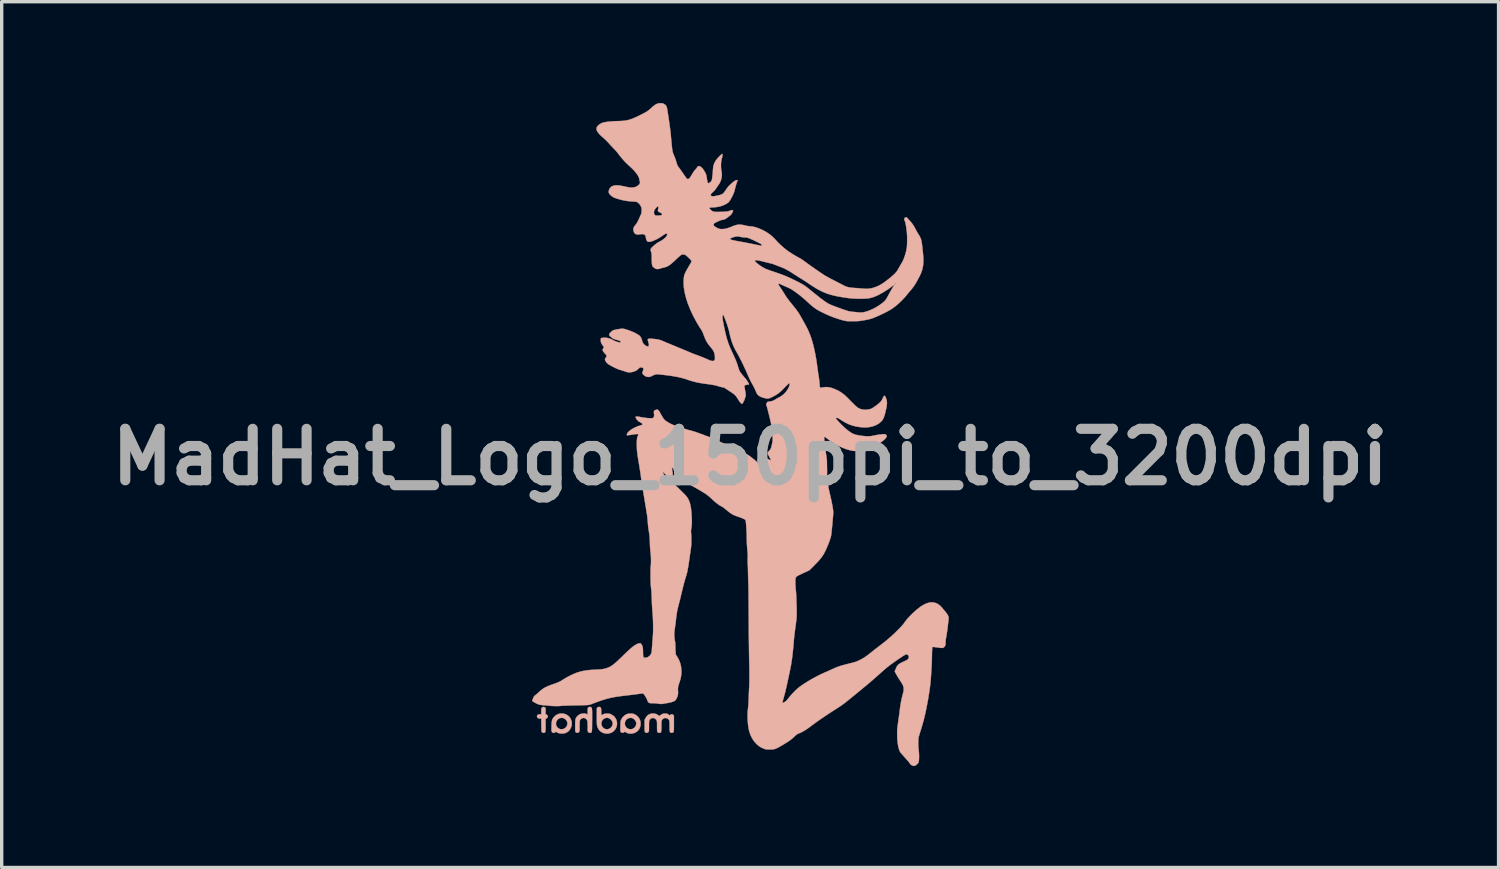
<source format=kicad_pcb>
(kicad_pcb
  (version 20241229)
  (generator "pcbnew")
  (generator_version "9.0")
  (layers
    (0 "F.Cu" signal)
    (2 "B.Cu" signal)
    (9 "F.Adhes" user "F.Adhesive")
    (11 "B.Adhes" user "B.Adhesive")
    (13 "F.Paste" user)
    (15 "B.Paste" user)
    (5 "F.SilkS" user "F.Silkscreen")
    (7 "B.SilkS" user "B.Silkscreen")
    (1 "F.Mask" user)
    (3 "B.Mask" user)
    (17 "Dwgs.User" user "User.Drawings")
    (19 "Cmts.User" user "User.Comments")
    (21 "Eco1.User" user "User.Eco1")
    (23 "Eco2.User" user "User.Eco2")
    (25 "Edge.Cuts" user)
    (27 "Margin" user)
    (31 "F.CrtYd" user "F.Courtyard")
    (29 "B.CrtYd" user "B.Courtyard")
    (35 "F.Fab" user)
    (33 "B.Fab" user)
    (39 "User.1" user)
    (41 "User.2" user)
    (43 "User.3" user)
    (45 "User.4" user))
  (footprint "MadHat_Logo_150ppi_to_3200dpi"
    (layer "F.Cu")
    (at 19.166 10.485)
    (property "Reference" "MadHat_Logo_150ppi_to_3200dpi" (at 0 0 0) (layer "F.Fab") (effects (font (size 1.524 1.524) (thickness 0.3))))
    (attr through_hole)
    (fp_poly (pts (xy -6.154 7.412) (xy -6.167 7.423) (xy -6.175 7.434) (xy -6.181 7.446) (xy -6.184 7.463) (xy -6.185 7.487) (xy -6.186 7.523) (xy -6.186 7.532) (xy -6.186 7.619) (xy -6.23 7.619) (xy -6.268 7.624) (xy -6.295 7.639) (xy -6.31 7.663) (xy -6.313 7.682) (xy -6.306 7.712) (xy -6.286 7.733) (xy -6.255 7.744) (xy -6.23 7.746) (xy -6.186 7.746) (xy -6.184 7.94) (xy -6.183 8.001) (xy -6.182 8.048) (xy -6.181 8.083) (xy -6.18 8.108) (xy -6.177 8.125) (xy -6.175 8.137) (xy -6.171 8.144) (xy -6.166 8.15) (xy -6.139 8.166) (xy -6.108 8.17) (xy -6.093 8.166) (xy -6.082 8.161) (xy -6.074 8.153) (xy -6.067 8.141) (xy -6.063 8.123) (xy -6.06 8.097) (xy -6.058 8.06) (xy -6.057 8.012) (xy -6.057 7.95) (xy -6.057 7.94) (xy -6.058 7.755) (xy -6.029 7.74) (xy -6.004 7.721) (xy -5.993 7.697) (xy -5.994 7.67) (xy -6.007 7.646) (xy -6.033 7.627) (xy -6.033 7.627) (xy -6.059 7.615) (xy -6.057 7.526) (xy -6.057 7.486) (xy -6.057 7.46) (xy -6.059 7.442) (xy -6.063 7.431) (xy -6.07 7.422) (xy -6.073 7.419) (xy -6.098 7.404) (xy -6.127 7.401) (xy -6.154 7.412)) (stroke (width 0.01) (type solid)) (fill yes) (layer "B.SilkS"))
    (fp_poly (pts (xy -5.663 7.606) (xy -5.722 7.629) (xy -5.774 7.665) (xy -5.8 7.691) (xy -5.825 7.72) (xy -5.844 7.746) (xy -5.858 7.774) (xy -5.868 7.806) (xy -5.875 7.845) (xy -5.879 7.893) (xy -5.882 7.953) (xy -5.882 7.977) (xy -5.883 8.029) (xy -5.884 8.067) (xy -5.883 8.094) (xy -5.882 8.113) (xy -5.879 8.126) (xy -5.875 8.135) (xy -5.869 8.143) (xy -5.866 8.147) (xy -5.842 8.165) (xy -5.814 8.171) (xy -5.788 8.164) (xy -5.771 8.151) (xy -5.759 8.138) (xy -5.749 8.138) (xy -5.743 8.141) (xy -5.69 8.17) (xy -5.63 8.187) (xy -5.564 8.191) (xy -5.539 8.19) (xy -5.473 8.176) (xy -5.415 8.149) (xy -5.366 8.108) (xy -5.326 8.055) (xy -5.316 8.035) (xy -5.291 7.971) (xy -5.282 7.906) (xy -5.284 7.873) (xy -5.412 7.873) (xy -5.413 7.92) (xy -5.429 7.968) (xy -5.441 7.987) (xy -5.474 8.024) (xy -5.516 8.049) (xy -5.564 8.061) (xy -5.615 8.06) (xy -5.639 8.054) (xy -5.672 8.038) (xy -5.704 8.011) (xy -5.729 7.979) (xy -5.739 7.961) (xy -5.75 7.916) (xy -5.748 7.869) (xy -5.734 7.823) (xy -5.733 7.822) (xy -5.705 7.78) (xy -5.669 7.749) (xy -5.627 7.731) (xy -5.581 7.724) (xy -5.536 7.731) (xy -5.493 7.75) (xy -5.457 7.782) (xy -5.426 7.826) (xy -5.412 7.873) (xy -5.284 7.873) (xy -5.285 7.843) (xy -5.302 7.784) (xy -5.329 7.73) (xy -5.367 7.683) (xy -5.414 7.645) (xy -5.469 7.616) (xy -5.531 7.6) (xy -5.597 7.597) (xy -5.663 7.606)) (stroke (width 0.01) (type solid)) (fill yes) (layer "B.SilkS"))
    (fp_poly (pts (xy -4.511 7.412) (xy -4.515 7.415) (xy -4.539 7.435) (xy -4.541 7.664) (xy -4.541 7.743) (xy -4.541 7.811) (xy -4.54 7.868) (xy -4.538 7.912) (xy -4.535 7.941) (xy -4.534 7.944) (xy -4.516 8.011) (xy -4.484 8.069) (xy -4.442 8.117) (xy -4.39 8.154) (xy -4.33 8.179) (xy -4.264 8.191) (xy -4.201 8.19) (xy -4.137 8.175) (xy -4.08 8.148) (xy -4.032 8.11) (xy -3.992 8.063) (xy -3.964 8.009) (xy -3.946 7.95) (xy -3.941 7.888) (xy -3.943 7.874) (xy -4.07 7.874) (xy -4.07 7.917) (xy -4.074 7.934) (xy -4.096 7.981) (xy -4.128 8.019) (xy -4.168 8.046) (xy -4.213 8.061) (xy -4.26 8.062) (xy -4.307 8.049) (xy -4.308 8.049) (xy -4.334 8.033) (xy -4.359 8.012) (xy -4.365 8.006) (xy -4.392 7.964) (xy -4.406 7.919) (xy -4.406 7.874) (xy -4.394 7.83) (xy -4.372 7.79) (xy -4.339 7.758) (xy -4.296 7.735) (xy -4.262 7.726) (xy -4.218 7.725) (xy -4.176 7.738) (xy -4.138 7.762) (xy -4.106 7.794) (xy -4.083 7.832) (xy -4.07 7.874) (xy -3.943 7.874) (xy -3.949 7.825) (xy -3.969 7.767) (xy -4.004 7.71) (xy -4.05 7.663) (xy -4.107 7.627) (xy -4.113 7.624) (xy -4.141 7.612) (xy -4.164 7.604) (xy -4.19 7.6) (xy -4.222 7.599) (xy -4.237 7.599) (xy -4.273 7.6) (xy -4.3 7.602) (xy -4.322 7.608) (xy -4.345 7.618) (xy -4.357 7.624) (xy -4.406 7.649) (xy -4.409 7.543) (xy -4.41 7.499) (xy -4.412 7.468) (xy -4.415 7.447) (xy -4.419 7.434) (xy -4.424 7.424) (xy -4.427 7.421) (xy -4.455 7.403) (xy -4.484 7.4) (xy -4.511 7.412)) (stroke (width 0.01) (type solid)) (fill yes) (layer "B.SilkS"))
    (fp_poly (pts (xy -3.581 7.6) (xy -3.609 7.602) (xy -3.632 7.608) (xy -3.656 7.617) (xy -3.668 7.622) (xy -3.717 7.652) (xy -3.762 7.693) (xy -3.799 7.741) (xy -3.821 7.783) (xy -3.828 7.802) (xy -3.833 7.82) (xy -3.836 7.842) (xy -3.839 7.87) (xy -3.84 7.907) (xy -3.842 7.955) (xy -3.842 7.976) (xy -3.843 8.028) (xy -3.844 8.066) (xy -3.843 8.094) (xy -3.842 8.113) (xy -3.839 8.126) (xy -3.835 8.135) (xy -3.829 8.144) (xy -3.828 8.145) (xy -3.806 8.162) (xy -3.777 8.168) (xy -3.748 8.162) (xy -3.728 8.15) (xy -3.711 8.134) (xy -3.68 8.153) (xy -3.628 8.179) (xy -3.572 8.191) (xy -3.509 8.191) (xy -3.493 8.189) (xy -3.426 8.173) (xy -3.368 8.143) (xy -3.319 8.102) (xy -3.281 8.05) (xy -3.255 7.988) (xy -3.252 7.976) (xy -3.242 7.907) (xy -3.243 7.901) (xy -3.372 7.901) (xy -3.379 7.941) (xy -3.396 7.979) (xy -3.421 8.011) (xy -3.454 8.037) (xy -3.491 8.055) (xy -3.533 8.063) (xy -3.578 8.059) (xy -3.624 8.041) (xy -3.635 8.035) (xy -3.672 8.004) (xy -3.696 7.966) (xy -3.709 7.924) (xy -3.711 7.881) (xy -3.701 7.838) (xy -3.681 7.798) (xy -3.65 7.765) (xy -3.611 7.74) (xy -3.577 7.729) (xy -3.529 7.725) (xy -3.485 7.734) (xy -3.443 7.759) (xy -3.423 7.778) (xy -3.392 7.817) (xy -3.376 7.859) (xy -3.372 7.901) (xy -3.243 7.901) (xy -3.247 7.84) (xy -3.266 7.778) (xy -3.298 7.721) (xy -3.342 7.672) (xy -3.398 7.633) (xy -3.415 7.624) (xy -3.442 7.612) (xy -3.464 7.604) (xy -3.488 7.601) (xy -3.519 7.599) (xy -3.542 7.599) (xy -3.581 7.6)) (stroke (width 0.01) (type solid)) (fill yes) (layer "B.SilkS"))
    (fp_poly (pts (xy -4.779 7.408) (xy -4.796 7.422) (xy -4.803 7.431) (xy -4.808 7.443) (xy -4.811 7.46) (xy -4.812 7.487) (xy -4.812 7.525) (xy -4.812 7.533) (xy -4.812 7.626) (xy -4.849 7.61) (xy -4.874 7.601) (xy -4.898 7.596) (xy -4.929 7.596) (xy -4.947 7.597) (xy -5.008 7.606) (xy -5.06 7.628) (xy -5.106 7.663) (xy -5.119 7.676) (xy -5.138 7.698) (xy -5.153 7.719) (xy -5.164 7.741) (xy -5.171 7.768) (xy -5.177 7.8) (xy -5.18 7.842) (xy -5.181 7.894) (xy -5.182 7.96) (xy -5.182 7.962) (xy -5.181 8.019) (xy -5.181 8.062) (xy -5.18 8.093) (xy -5.179 8.115) (xy -5.177 8.13) (xy -5.173 8.14) (xy -5.169 8.147) (xy -5.165 8.151) (xy -5.14 8.166) (xy -5.111 8.168) (xy -5.083 8.159) (xy -5.069 8.147) (xy -5.062 8.139) (xy -5.058 8.131) (xy -5.055 8.119) (xy -5.053 8.102) (xy -5.051 8.076) (xy -5.051 8.041) (xy -5.051 7.993) (xy -5.051 7.971) (xy -5.05 7.913) (xy -5.049 7.868) (xy -5.047 7.835) (xy -5.043 7.81) (xy -5.037 7.791) (xy -5.029 7.777) (xy -5.017 7.764) (xy -5.01 7.757) (xy -4.98 7.738) (xy -4.945 7.728) (xy -4.911 7.729) (xy -4.907 7.73) (xy -4.871 7.745) (xy -4.845 7.769) (xy -4.829 7.796) (xy -4.823 7.809) (xy -4.819 7.823) (xy -4.816 7.841) (xy -4.814 7.864) (xy -4.813 7.896) (xy -4.813 7.939) (xy -4.812 7.981) (xy -4.812 8.034) (xy -4.812 8.073) (xy -4.811 8.1) (xy -4.809 8.119) (xy -4.806 8.132) (xy -4.802 8.14) (xy -4.797 8.146) (xy -4.795 8.148) (xy -4.767 8.165) (xy -4.738 8.17) (xy -4.721 8.167) (xy -4.712 8.163) (xy -4.704 8.159) (xy -4.698 8.152) (xy -4.693 8.143) (xy -4.689 8.128) (xy -4.686 8.107) (xy -4.684 8.079) (xy -4.682 8.041) (xy -4.681 7.993) (xy -4.681 7.933) (xy -4.68 7.859) (xy -4.68 7.794) (xy -4.679 7.708) (xy -4.679 7.637) (xy -4.679 7.578) (xy -4.68 7.531) (xy -4.682 7.495) (xy -4.684 7.467) (xy -4.687 7.446) (xy -4.691 7.432) (xy -4.697 7.422) (xy -4.704 7.415) (xy -4.713 7.409) (xy -4.72 7.406) (xy -4.75 7.399) (xy -4.779 7.408)) (stroke (width 0.01) (type solid)) (fill yes) (layer "B.SilkS"))
    (fp_poly (pts (xy -2.935 7.602) (xy -2.965 7.611) (xy -3.019 7.638) (xy -3.062 7.678) (xy -3.096 7.73) (xy -3.1 7.736) (xy -3.126 7.789) (xy -3.126 7.962) (xy -3.126 8.018) (xy -3.125 8.062) (xy -3.125 8.093) (xy -3.123 8.115) (xy -3.121 8.13) (xy -3.117 8.14) (xy -3.113 8.147) (xy -3.109 8.151) (xy -3.084 8.166) (xy -3.054 8.169) (xy -3.027 8.159) (xy -3.014 8.148) (xy -3.007 8.14) (xy -3.002 8.131) (xy -2.999 8.12) (xy -2.997 8.104) (xy -2.996 8.08) (xy -2.995 8.046) (xy -2.995 7.999) (xy -2.995 7.969) (xy -2.995 7.915) (xy -2.994 7.874) (xy -2.993 7.845) (xy -2.991 7.824) (xy -2.989 7.809) (xy -2.985 7.798) (xy -2.979 7.788) (xy -2.977 7.785) (xy -2.948 7.753) (xy -2.913 7.734) (xy -2.876 7.728) (xy -2.839 7.735) (xy -2.806 7.754) (xy -2.779 7.785) (xy -2.774 7.793) (xy -2.768 7.807) (xy -2.764 7.82) (xy -2.76 7.836) (xy -2.758 7.858) (xy -2.757 7.887) (xy -2.757 7.927) (xy -2.757 7.98) (xy -2.757 7.982) (xy -2.757 8.035) (xy -2.756 8.075) (xy -2.755 8.103) (xy -2.753 8.123) (xy -2.75 8.135) (xy -2.746 8.144) (xy -2.741 8.15) (xy -2.741 8.151) (xy -2.726 8.163) (xy -2.709 8.168) (xy -2.689 8.169) (xy -2.666 8.167) (xy -2.652 8.16) (xy -2.641 8.148) (xy -2.637 8.138) (xy -2.634 8.123) (xy -2.631 8.101) (xy -2.629 8.069) (xy -2.628 8.026) (xy -2.627 7.971) (xy -2.627 7.916) (xy -2.626 7.875) (xy -2.624 7.845) (xy -2.622 7.823) (xy -2.619 7.807) (xy -2.614 7.795) (xy -2.61 7.786) (xy -2.582 7.754) (xy -2.546 7.734) (xy -2.506 7.729) (xy -2.463 7.737) (xy -2.427 7.758) (xy -2.405 7.786) (xy -2.399 7.797) (xy -2.394 7.808) (xy -2.391 7.824) (xy -2.389 7.846) (xy -2.387 7.876) (xy -2.386 7.918) (xy -2.386 7.96) (xy -2.385 8.008) (xy -2.384 8.052) (xy -2.383 8.089) (xy -2.381 8.116) (xy -2.38 8.128) (xy -2.369 8.151) (xy -2.347 8.165) (xy -2.32 8.17) (xy -2.297 8.165) (xy -2.286 8.161) (xy -2.277 8.155) (xy -2.27 8.147) (xy -2.265 8.134) (xy -2.262 8.116) (xy -2.259 8.089) (xy -2.258 8.053) (xy -2.257 8.005) (xy -2.257 7.945) (xy -2.257 7.894) (xy -2.257 7.658) (xy -2.276 7.638) (xy -2.302 7.622) (xy -2.331 7.621) (xy -2.36 7.634) (xy -2.362 7.635) (xy -2.383 7.651) (xy -2.419 7.625) (xy -2.44 7.612) (xy -2.457 7.604) (xy -2.478 7.6) (xy -2.507 7.599) (xy -2.517 7.599) (xy -2.559 7.601) (xy -2.593 7.609) (xy -2.625 7.625) (xy -2.66 7.65) (xy -2.661 7.651) (xy -2.689 7.673) (xy -2.717 7.65) (xy -2.764 7.62) (xy -2.819 7.602) (xy -2.877 7.596) (xy -2.935 7.602)) (stroke (width 0.01) (type solid)) (fill yes) (layer "B.SilkS"))
    (fp_poly (pts (xy -2.696 -10.477) (xy -2.745 -10.466) (xy -2.793 -10.444) (xy -2.842 -10.412) (xy -2.896 -10.367) (xy -2.91 -10.354) (xy -2.947 -10.319) (xy -2.98 -10.291) (xy -3.01 -10.266) (xy -3.04 -10.244) (xy -3.072 -10.223) (xy -3.11 -10.202) (xy -3.156 -10.177) (xy -3.212 -10.149) (xy -3.249 -10.13) (xy -3.338 -10.086) (xy -3.416 -10.051) (xy -3.486 -10.021) (xy -3.549 -9.999) (xy -3.61 -9.981) (xy -3.669 -9.968) (xy -3.73 -9.959) (xy -3.796 -9.954) (xy -3.868 -9.95) (xy -3.884 -9.95) (xy -4.001 -9.946) (xy -4.105 -9.94) (xy -4.196 -9.932) (xy -4.273 -9.921) (xy -4.335 -9.909) (xy -4.382 -9.895) (xy -4.401 -9.887) (xy -4.446 -9.861) (xy -4.486 -9.833) (xy -4.516 -9.805) (xy -4.535 -9.78) (xy -4.535 -9.78) (xy -4.547 -9.746) (xy -4.55 -9.712) (xy -4.542 -9.676) (xy -4.523 -9.637) (xy -4.493 -9.595) (xy -4.45 -9.547) (xy -4.395 -9.494) (xy -4.345 -9.451) (xy -4.307 -9.416) (xy -4.262 -9.373) (xy -4.217 -9.328) (xy -4.177 -9.284) (xy -4.167 -9.273) (xy -4.132 -9.234) (xy -4.094 -9.194) (xy -4.058 -9.156) (xy -4.028 -9.124) (xy -4.018 -9.114) (xy -3.986 -9.08) (xy -3.951 -9.04) (xy -3.918 -9) (xy -3.902 -8.978) (xy -3.85 -8.91) (xy -3.792 -8.84) (xy -3.732 -8.772) (xy -3.674 -8.711) (xy -3.621 -8.66) (xy -3.567 -8.611) (xy -3.524 -8.571) (xy -3.489 -8.538) (xy -3.46 -8.509) (xy -3.436 -8.483) (xy -3.414 -8.458) (xy -3.393 -8.432) (xy -3.378 -8.412) (xy -3.345 -8.367) (xy -3.322 -8.332) (xy -3.305 -8.303) (xy -3.294 -8.278) (xy -3.287 -8.253) (xy -3.285 -8.24) (xy -3.279 -8.21) (xy -3.271 -8.177) (xy -3.268 -8.163) (xy -3.262 -8.136) (xy -3.262 -8.115) (xy -3.27 -8.096) (xy -3.287 -8.073) (xy -3.307 -8.052) (xy -3.349 -8.019) (xy -3.401 -7.996) (xy -3.464 -7.983) (xy -3.491 -7.981) (xy -3.516 -7.98) (xy -3.54 -7.98) (xy -3.567 -7.983) (xy -3.6 -7.988) (xy -3.641 -7.996) (xy -3.693 -8.007) (xy -3.702 -8.009) (xy -3.754 -8.02) (xy -3.806 -8.03) (xy -3.854 -8.038) (xy -3.893 -8.044) (xy -3.917 -8.047) (xy -3.988 -8.046) (xy -4.049 -8.035) (xy -4.1 -8.012) (xy -4.141 -7.979) (xy -4.17 -7.935) (xy -4.185 -7.887) (xy -4.189 -7.852) (xy -4.184 -7.822) (xy -4.168 -7.793) (xy -4.14 -7.762) (xy -4.133 -7.756) (xy -4.096 -7.724) (xy -4.057 -7.699) (xy -4.012 -7.677) (xy -3.957 -7.657) (xy -3.947 -7.654) (xy -3.844 -7.624) (xy -3.75 -7.601) (xy -3.659 -7.585) (xy -3.566 -7.574) (xy -3.495 -7.569) (xy -3.454 -7.567) (xy -3.415 -7.563) (xy -3.384 -7.56) (xy -3.365 -7.556) (xy -3.331 -7.541) (xy -3.297 -7.513) (xy -3.265 -7.475) (xy -3.239 -7.431) (xy -3.226 -7.405) (xy -3.219 -7.383) (xy -3.215 -7.36) (xy -3.213 -7.33) (xy -3.213 -7.304) (xy -3.213 -7.274) (xy -3.214 -7.25) (xy -3.218 -7.23) (xy -3.224 -7.208) (xy -3.234 -7.181) (xy -3.25 -7.146) (xy -3.259 -7.125) (xy -3.287 -7.064) (xy -3.309 -7.016) (xy -3.328 -6.978) (xy -3.344 -6.948) (xy -3.358 -6.924) (xy -3.373 -6.903) (xy -3.388 -6.884) (xy -3.394 -6.877) (xy -3.43 -6.831) (xy -3.452 -6.789) (xy -3.46 -6.747) (xy -3.456 -6.704) (xy -3.44 -6.657) (xy -3.439 -6.655) (xy -3.418 -6.623) (xy -3.388 -6.601) (xy -3.348 -6.59) (xy -3.297 -6.59) (xy -3.24 -6.599) (xy -3.194 -6.603) (xy -3.154 -6.597) (xy -3.122 -6.581) (xy -3.1 -6.557) (xy -3.09 -6.527) (xy -3.09 -6.52) (xy -3.086 -6.482) (xy -3.076 -6.443) (xy -3.061 -6.41) (xy -3.046 -6.39) (xy -3.023 -6.377) (xy -2.994 -6.372) (xy -2.955 -6.377) (xy -2.906 -6.391) (xy -2.879 -6.401) (xy -2.814 -6.428) (xy -2.756 -6.455) (xy -2.701 -6.486) (xy -2.642 -6.523) (xy -2.62 -6.538) (xy -2.586 -6.561) (xy -2.554 -6.582) (xy -2.528 -6.599) (xy -2.511 -6.609) (xy -2.511 -6.609) (xy -2.486 -6.617) (xy -2.467 -6.615) (xy -2.456 -6.603) (xy -2.455 -6.596) (xy -2.462 -6.565) (xy -2.483 -6.531) (xy -2.515 -6.494) (xy -2.557 -6.458) (xy -2.607 -6.422) (xy -2.659 -6.392) (xy -2.719 -6.36) (xy -2.772 -6.325) (xy -2.824 -6.285) (xy -2.879 -6.236) (xy -2.89 -6.226) (xy -2.92 -6.196) (xy -2.938 -6.172) (xy -2.947 -6.149) (xy -2.946 -6.123) (xy -2.937 -6.09) (xy -2.931 -6.071) (xy -2.925 -6.05) (xy -2.92 -6.028) (xy -2.917 -6.002) (xy -2.916 -5.967) (xy -2.915 -5.921) (xy -2.915 -5.905) (xy -2.915 -5.856) (xy -2.914 -5.807) (xy -2.912 -5.763) (xy -2.909 -5.728) (xy -2.908 -5.721) (xy -2.904 -5.689) (xy -2.899 -5.667) (xy -2.89 -5.65) (xy -2.877 -5.634) (xy -2.871 -5.628) (xy -2.833 -5.597) (xy -2.793 -5.575) (xy -2.754 -5.566) (xy -2.747 -5.565) (xy -2.725 -5.568) (xy -2.694 -5.574) (xy -2.668 -5.581) (xy -2.632 -5.592) (xy -2.59 -5.603) (xy -2.564 -5.609) (xy -2.52 -5.62) (xy -2.48 -5.634) (xy -2.441 -5.652) (xy -2.4 -5.676) (xy -2.357 -5.707) (xy -2.309 -5.747) (xy -2.254 -5.796) (xy -2.202 -5.845) (xy -2.163 -5.882) (xy -2.125 -5.916) (xy -2.092 -5.946) (xy -2.065 -5.969) (xy -2.046 -5.983) (xy -2.041 -5.986) (xy -1.999 -6) (xy -1.957 -5.999) (xy -1.928 -5.99) (xy -1.911 -5.979) (xy -1.886 -5.96) (xy -1.858 -5.935) (xy -1.827 -5.907) (xy -1.797 -5.878) (xy -1.771 -5.851) (xy -1.75 -5.827) (xy -1.738 -5.811) (xy -1.736 -5.807) (xy -1.736 -5.797) (xy -1.741 -5.781) (xy -1.751 -5.759) (xy -1.768 -5.727) (xy -1.793 -5.685) (xy -1.807 -5.662) (xy -1.852 -5.585) (xy -1.889 -5.52) (xy -1.917 -5.464) (xy -1.938 -5.416) (xy -1.952 -5.375) (xy -1.952 -5.374) (xy -1.96 -5.335) (xy -1.965 -5.284) (xy -1.968 -5.225) (xy -1.969 -5.162) (xy -1.968 -5.097) (xy -1.963 -5.035) (xy -1.959 -4.997) (xy -1.932 -4.845) (xy -1.891 -4.687) (xy -1.836 -4.523) (xy -1.767 -4.354) (xy -1.686 -4.18) (xy -1.591 -4.004) (xy -1.584 -3.991) (xy -1.558 -3.947) (xy -1.53 -3.901) (xy -1.504 -3.858) (xy -1.481 -3.823) (xy -1.479 -3.82) (xy -1.449 -3.774) (xy -1.427 -3.736) (xy -1.408 -3.7) (xy -1.391 -3.66) (xy -1.374 -3.612) (xy -1.37 -3.602) (xy -1.335 -3.511) (xy -1.296 -3.431) (xy -1.251 -3.357) (xy -1.196 -3.285) (xy -1.157 -3.24) (xy -1.109 -3.179) (xy -1.075 -3.119) (xy -1.054 -3.055) (xy -1.043 -2.984) (xy -1.042 -2.941) (xy -1.043 -2.909) (xy -1.045 -2.889) (xy -1.051 -2.875) (xy -1.061 -2.862) (xy -1.063 -2.861) (xy -1.082 -2.848) (xy -1.107 -2.843) (xy -1.14 -2.846) (xy -1.181 -2.858) (xy -1.233 -2.879) (xy -1.255 -2.889) (xy -1.309 -2.914) (xy -1.372 -2.94) (xy -1.44 -2.967) (xy -1.506 -2.993) (xy -1.568 -3.016) (xy -1.618 -3.033) (xy -1.647 -3.044) (xy -1.685 -3.059) (xy -1.729 -3.076) (xy -1.771 -3.094) (xy -1.772 -3.095) (xy -1.802 -3.107) (xy -1.843 -3.125) (xy -1.895 -3.147) (xy -1.955 -3.172) (xy -2.021 -3.199) (xy -2.091 -3.228) (xy -2.163 -3.258) (xy -2.189 -3.269) (xy -2.259 -3.298) (xy -2.326 -3.325) (xy -2.389 -3.352) (xy -2.446 -3.375) (xy -2.494 -3.395) (xy -2.533 -3.412) (xy -2.56 -3.423) (xy -2.568 -3.427) (xy -2.628 -3.452) (xy -2.681 -3.469) (xy -2.73 -3.482) (xy -2.783 -3.49) (xy -2.82 -3.494) (xy -2.861 -3.497) (xy -2.899 -3.501) (xy -2.931 -3.504) (xy -2.948 -3.506) (xy -2.984 -3.506) (xy -3.012 -3.499) (xy -3.029 -3.486) (xy -3.032 -3.481) (xy -3.032 -3.467) (xy -3.027 -3.444) (xy -3.02 -3.419) (xy -3.008 -3.38) (xy -3 -3.351) (xy -2.998 -3.329) (xy -2.999 -3.311) (xy -3.003 -3.298) (xy -3.01 -3.28) (xy -3.02 -3.274) (xy -3.036 -3.275) (xy -3.037 -3.276) (xy -3.073 -3.288) (xy -3.111 -3.31) (xy -3.143 -3.337) (xy -3.15 -3.344) (xy -3.166 -3.366) (xy -3.179 -3.389) (xy -3.191 -3.419) (xy -3.204 -3.459) (xy -3.208 -3.474) (xy -3.221 -3.512) (xy -3.236 -3.544) (xy -3.256 -3.572) (xy -3.282 -3.598) (xy -3.317 -3.623) (xy -3.363 -3.65) (xy -3.421 -3.68) (xy -3.43 -3.684) (xy -3.473 -3.704) (xy -3.523 -3.725) (xy -3.576 -3.745) (xy -3.63 -3.764) (xy -3.68 -3.78) (xy -3.724 -3.793) (xy -3.757 -3.8) (xy -3.763 -3.8) (xy -3.788 -3.801) (xy -3.824 -3.798) (xy -3.869 -3.792) (xy -3.916 -3.785) (xy -3.964 -3.776) (xy -4.007 -3.766) (xy -4.034 -3.759) (xy -4.061 -3.749) (xy -4.085 -3.734) (xy -4.112 -3.711) (xy -4.127 -3.696) (xy -4.154 -3.668) (xy -4.17 -3.645) (xy -4.176 -3.625) (xy -4.172 -3.605) (xy -4.155 -3.583) (xy -4.126 -3.557) (xy -4.086 -3.525) (xy -4.065 -3.511) (xy -4.041 -3.498) (xy -4.011 -3.487) (xy -3.97 -3.475) (xy -3.95 -3.47) (xy -3.9 -3.455) (xy -3.864 -3.442) (xy -3.842 -3.43) (xy -3.831 -3.417) (xy -3.831 -3.404) (xy -3.831 -3.402) (xy -3.838 -3.394) (xy -3.851 -3.392) (xy -3.87 -3.394) (xy -3.908 -3.402) (xy -3.951 -3.414) (xy -3.994 -3.43) (xy -4.032 -3.446) (xy -4.06 -3.461) (xy -4.062 -3.463) (xy -4.097 -3.483) (xy -4.142 -3.502) (xy -4.193 -3.517) (xy -4.244 -3.529) (xy -4.289 -3.534) (xy -4.3 -3.534) (xy -4.334 -3.533) (xy -4.367 -3.53) (xy -4.388 -3.527) (xy -4.408 -3.522) (xy -4.418 -3.514) (xy -4.423 -3.498) (xy -4.424 -3.486) (xy -4.425 -3.435) (xy -4.413 -3.384) (xy -4.386 -3.333) (xy -4.351 -3.285) (xy -4.326 -3.256) (xy -4.347 -3.224) (xy -4.361 -3.201) (xy -4.368 -3.18) (xy -4.367 -3.159) (xy -4.357 -3.136) (xy -4.338 -3.109) (xy -4.308 -3.074) (xy -4.291 -3.055) (xy -4.271 -3.031) (xy -4.256 -3.009) (xy -4.249 -2.994) (xy -4.249 -2.993) (xy -4.254 -2.978) (xy -4.265 -2.956) (xy -4.277 -2.94) (xy -4.293 -2.916) (xy -4.3 -2.896) (xy -4.298 -2.875) (xy -4.286 -2.849) (xy -4.271 -2.825) (xy -4.254 -2.801) (xy -4.235 -2.78) (xy -4.211 -2.759) (xy -4.179 -2.737) (xy -4.139 -2.713) (xy -4.087 -2.685) (xy -4.058 -2.67) (xy -3.992 -2.637) (xy -3.935 -2.611) (xy -3.88 -2.59) (xy -3.836 -2.577) (xy -3.793 -2.564) (xy -3.75 -2.55) (xy -3.712 -2.538) (xy -3.685 -2.529) (xy -3.639 -2.514) (xy -3.597 -2.507) (xy -3.553 -2.508) (xy -3.503 -2.516) (xy -3.495 -2.517) (xy -3.44 -2.531) (xy -3.396 -2.548) (xy -3.357 -2.571) (xy -3.319 -2.602) (xy -3.31 -2.611) (xy -3.286 -2.634) (xy -3.268 -2.647) (xy -3.253 -2.654) (xy -3.237 -2.655) (xy -3.235 -2.655) (xy -3.208 -2.652) (xy -3.184 -2.646) (xy -3.183 -2.645) (xy -3.169 -2.637) (xy -3.162 -2.623) (xy -3.162 -2.607) (xy -3.165 -2.58) (xy -3.174 -2.551) (xy -3.177 -2.542) (xy -3.19 -2.509) (xy -3.192 -2.483) (xy -3.182 -2.461) (xy -3.161 -2.437) (xy -3.118 -2.402) (xy -3.076 -2.381) (xy -3.031 -2.372) (xy -3.013 -2.371) (xy -2.989 -2.372) (xy -2.967 -2.375) (xy -2.945 -2.383) (xy -2.916 -2.396) (xy -2.893 -2.408) (xy -2.851 -2.429) (xy -2.817 -2.442) (xy -2.787 -2.45) (xy -2.755 -2.452) (xy -2.717 -2.449) (xy -2.696 -2.447) (xy -2.657 -2.442) (xy -2.617 -2.438) (xy -2.583 -2.434) (xy -2.578 -2.434) (xy -2.415 -2.415) (xy -2.263 -2.392) (xy -2.125 -2.366) (xy -2.001 -2.336) (xy -1.891 -2.303) (xy -1.877 -2.298) (xy -1.792 -2.269) (xy -1.712 -2.245) (xy -1.634 -2.224) (xy -1.554 -2.206) (xy -1.468 -2.19) (xy -1.373 -2.175) (xy -1.266 -2.16) (xy -1.264 -2.16) (xy -1.188 -2.15) (xy -1.125 -2.14) (xy -1.072 -2.131) (xy -1.025 -2.121) (xy -0.982 -2.11) (xy -0.94 -2.097) (xy -0.938 -2.096) (xy -0.9 -2.085) (xy -0.861 -2.074) (xy -0.827 -2.067) (xy -0.819 -2.065) (xy -0.804 -2.063) (xy -0.792 -2.061) (xy -0.781 -2.059) (xy -0.77 -2.054) (xy -0.756 -2.047) (xy -0.738 -2.036) (xy -0.713 -2.02) (xy -0.68 -1.998) (xy -0.637 -1.97) (xy -0.603 -1.947) (xy -0.55 -1.912) (xy -0.508 -1.883) (xy -0.475 -1.857) (xy -0.449 -1.834) (xy -0.426 -1.81) (xy -0.406 -1.784) (xy -0.384 -1.752) (xy -0.36 -1.713) (xy -0.356 -1.706) (xy -0.334 -1.673) (xy -0.311 -1.639) (xy -0.289 -1.612) (xy -0.285 -1.608) (xy -0.266 -1.588) (xy -0.254 -1.578) (xy -0.244 -1.576) (xy -0.234 -1.58) (xy -0.221 -1.589) (xy -0.217 -1.596) (xy -0.213 -1.606) (xy -0.203 -1.626) (xy -0.19 -1.65) (xy -0.175 -1.679) (xy -0.163 -1.708) (xy -0.157 -1.727) (xy -0.151 -1.754) (xy -0.142 -1.778) (xy -0.141 -1.78) (xy -0.134 -1.8) (xy -0.131 -1.826) (xy -0.132 -1.861) (xy -0.137 -1.906) (xy -0.147 -1.963) (xy -0.152 -1.989) (xy -0.161 -2.038) (xy -0.167 -2.076) (xy -0.169 -2.102) (xy -0.168 -2.114) (xy -0.156 -2.123) (xy -0.133 -2.132) (xy -0.104 -2.139) (xy -0.073 -2.144) (xy -0.057 -2.144) (xy -0.04 -2.147) (xy -0.034 -2.154) (xy -0.039 -2.17) (xy -0.051 -2.196) (xy -0.07 -2.227) (xy -0.092 -2.261) (xy -0.116 -2.295) (xy -0.14 -2.325) (xy -0.145 -2.331) (xy -0.178 -2.368) (xy -0.211 -2.409) (xy -0.244 -2.45) (xy -0.273 -2.489) (xy -0.297 -2.521) (xy -0.31 -2.541) (xy -0.318 -2.559) (xy -0.33 -2.589) (xy -0.342 -2.626) (xy -0.355 -2.666) (xy -0.355 -2.667) (xy -0.373 -2.725) (xy -0.391 -2.78) (xy -0.412 -2.834) (xy -0.435 -2.891) (xy -0.463 -2.955) (xy -0.497 -3.029) (xy -0.51 -3.057) (xy -0.552 -3.147) (xy -0.588 -3.228) (xy -0.619 -3.303) (xy -0.647 -3.375) (xy -0.671 -3.448) (xy -0.694 -3.523) (xy -0.715 -3.604) (xy -0.736 -3.693) (xy -0.758 -3.793) (xy -0.772 -3.858) (xy -0.788 -3.936) (xy -0.8 -4) (xy -0.809 -4.051) (xy -0.815 -4.093) (xy -0.818 -4.126) (xy -0.818 -4.151) (xy -0.816 -4.172) (xy -0.812 -4.187) (xy -0.803 -4.216) (xy -0.789 -4.198) (xy -0.781 -4.185) (xy -0.77 -4.158) (xy -0.755 -4.122) (xy -0.738 -4.078) (xy -0.719 -4.029) (xy -0.701 -3.978) (xy -0.682 -3.926) (xy -0.666 -3.877) (xy -0.655 -3.843) (xy -0.644 -3.806) (xy -0.632 -3.76) (xy -0.619 -3.709) (xy -0.608 -3.658) (xy -0.606 -3.648) (xy -0.575 -3.522) (xy -0.539 -3.406) (xy -0.497 -3.296) (xy -0.446 -3.189) (xy -0.387 -3.084) (xy -0.361 -3.038) (xy -0.33 -2.979) (xy -0.295 -2.912) (xy -0.258 -2.839) (xy -0.22 -2.763) (xy -0.184 -2.686) (xy -0.149 -2.612) (xy -0.118 -2.543) (xy -0.091 -2.482) (xy -0.091 -2.482) (xy -0.051 -2.389) (xy -0.013 -2.306) (xy 0.025 -2.231) (xy 0.064 -2.16) (xy 0.101 -2.092) (xy 0.134 -2.026) (xy 0.162 -1.965) (xy 0.183 -1.914) (xy 0.184 -1.91) (xy 0.209 -1.864) (xy 0.248 -1.823) (xy 0.302 -1.789) (xy 0.369 -1.762) (xy 0.439 -1.743) (xy 0.479 -1.736) (xy 0.512 -1.732) (xy 0.54 -1.734) (xy 0.57 -1.741) (xy 0.604 -1.754) (xy 0.647 -1.775) (xy 0.654 -1.778) (xy 0.71 -1.807) (xy 0.757 -1.833) (xy 0.799 -1.859) (xy 0.837 -1.886) (xy 0.875 -1.916) (xy 0.916 -1.952) (xy 0.961 -1.996) (xy 1.014 -2.05) (xy 1.019 -2.054) (xy 1.064 -2.101) (xy 1.101 -2.136) (xy 1.128 -2.162) (xy 1.147 -2.179) (xy 1.16 -2.188) (xy 1.166 -2.189) (xy 1.167 -2.188) (xy 1.171 -2.158) (xy 1.165 -2.119) (xy 1.149 -2.074) (xy 1.125 -2.026) (xy 1.094 -1.976) (xy 1.057 -1.926) (xy 1.015 -1.88) (xy 1.001 -1.866) (xy 0.978 -1.846) (xy 0.949 -1.824) (xy 0.917 -1.802) (xy 0.887 -1.782) (xy 0.86 -1.766) (xy 0.84 -1.757) (xy 0.833 -1.755) (xy 0.824 -1.751) (xy 0.805 -1.74) (xy 0.78 -1.724) (xy 0.771 -1.719) (xy 0.728 -1.691) (xy 0.691 -1.672) (xy 0.656 -1.659) (xy 0.616 -1.649) (xy 0.583 -1.644) (xy 0.514 -1.634) (xy 0.493 -1.599) (xy 0.473 -1.564) (xy 0.493 -1.503) (xy 0.5 -1.479) (xy 0.511 -1.441) (xy 0.523 -1.394) (xy 0.537 -1.339) (xy 0.552 -1.279) (xy 0.568 -1.217) (xy 0.583 -1.155) (xy 0.597 -1.096) (xy 0.609 -1.043) (xy 0.619 -0.998) (xy 0.62 -0.993) (xy 0.626 -0.959) (xy 0.633 -0.913) (xy 0.64 -0.858) (xy 0.646 -0.797) (xy 0.653 -0.735) (xy 0.658 -0.675) (xy 0.662 -0.62) (xy 0.665 -0.574) (xy 0.666 -0.547) (xy 0.665 -0.496) (xy 0.661 -0.451) (xy 0.654 -0.407) (xy 0.643 -0.362) (xy 0.631 -0.314) (xy 0.621 -0.277) (xy 0.611 -0.25) (xy 0.601 -0.229) (xy 0.588 -0.21) (xy 0.572 -0.192) (xy 0.563 -0.182) (xy 0.538 -0.153) (xy 0.524 -0.13) (xy 0.521 -0.107) (xy 0.529 -0.081) (xy 0.544 -0.05) (xy 0.561 -0.018) (xy 0.581 0.019) (xy 0.594 0.044) (xy 0.607 0.069) (xy 0.614 0.088) (xy 0.616 0.097) (xy 0.616 0.098) (xy 0.605 0.098) (xy 0.582 0.089) (xy 0.549 0.07) (xy 0.515 0.049) (xy 0.465 0.019) (xy 0.413 -0.004) (xy 0.365 -0.019) (xy 0.346 -0.023) (xy 0.325 -0.024) (xy 0.312 -0.017) (xy 0.303 -0.006) (xy 0.285 0.035) (xy 0.279 0.084) (xy 0.284 0.124) (xy 0.29 0.146) (xy 0.298 0.165) (xy 0.312 0.184) (xy 0.333 0.208) (xy 0.348 0.223) (xy 0.382 0.261) (xy 0.409 0.298) (xy 0.434 0.343) (xy 0.438 0.353) (xy 0.464 0.407) (xy 0.482 0.45) (xy 0.492 0.48) (xy 0.494 0.497) (xy 0.493 0.499) (xy 0.487 0.504) (xy 0.477 0.5) (xy 0.463 0.486) (xy 0.444 0.462) (xy 0.419 0.426) (xy 0.391 0.385) (xy 0.362 0.342) (xy 0.332 0.3) (xy 0.304 0.261) (xy 0.28 0.231) (xy 0.27 0.219) (xy 0.208 0.154) (xy 0.132 0.086) (xy 0.047 0.017) (xy -0.046 -0.049) (xy -0.054 -0.055) (xy -0.085 -0.074) (xy -0.128 -0.098) (xy -0.181 -0.126) (xy -0.242 -0.157) (xy -0.308 -0.19) (xy -0.377 -0.224) (xy -0.447 -0.257) (xy -0.516 -0.289) (xy -0.581 -0.318) (xy -0.64 -0.343) (xy -0.69 -0.364) (xy -0.705 -0.37) (xy -0.749 -0.387) (xy -0.803 -0.41) (xy -0.862 -0.436) (xy -0.923 -0.464) (xy -0.982 -0.491) (xy -0.995 -0.497) (xy -1.044 -0.521) (xy -1.091 -0.543) (xy -1.133 -0.562) (xy -1.166 -0.577) (xy -1.189 -0.586) (xy -1.197 -0.589) (xy -1.214 -0.595) (xy -1.243 -0.605) (xy -1.282 -0.619) (xy -1.326 -0.635) (xy -1.373 -0.653) (xy -1.375 -0.654) (xy -1.456 -0.684) (xy -1.524 -0.709) (xy -1.584 -0.73) (xy -1.637 -0.748) (xy -1.686 -0.763) (xy -1.734 -0.777) (xy -1.785 -0.79) (xy -1.79 -0.791) (xy -1.833 -0.803) (xy -1.886 -0.819) (xy -1.945 -0.838) (xy -2.004 -0.858) (xy -2.06 -0.877) (xy -2.109 -0.895) (xy -2.155 -0.911) (xy -2.195 -0.925) (xy -2.226 -0.935) (xy -2.245 -0.941) (xy -2.249 -0.942) (xy -2.284 -0.952) (xy -2.328 -0.972) (xy -2.379 -0.997) (xy -2.432 -1.029) (xy -2.464 -1.048) (xy -2.491 -1.066) (xy -2.513 -1.083) (xy -2.532 -1.099) (xy -2.55 -1.119) (xy -2.568 -1.142) (xy -2.588 -1.173) (xy -2.611 -1.212) (xy -2.639 -1.261) (xy -2.659 -1.296) (xy -2.684 -1.34) (xy -2.704 -1.371) (xy -2.722 -1.39) (xy -2.739 -1.401) (xy -2.758 -1.404) (xy -2.78 -1.4) (xy -2.788 -1.398) (xy -2.813 -1.389) (xy -2.834 -1.376) (xy -2.837 -1.373) (xy -2.846 -1.363) (xy -2.85 -1.351) (xy -2.851 -1.334) (xy -2.849 -1.306) (xy -2.848 -1.296) (xy -2.844 -1.252) (xy -2.843 -1.221) (xy -2.846 -1.199) (xy -2.853 -1.182) (xy -2.863 -1.169) (xy -2.864 -1.168) (xy -2.874 -1.159) (xy -2.885 -1.153) (xy -2.901 -1.15) (xy -2.925 -1.149) (xy -2.96 -1.149) (xy -2.961 -1.149) (xy -3.009 -1.151) (xy -3.059 -1.155) (xy -3.112 -1.161) (xy -3.174 -1.171) (xy -3.247 -1.184) (xy -3.285 -1.191) (xy -3.321 -1.196) (xy -3.349 -1.199) (xy -3.36 -1.2) (xy -3.381 -1.198) (xy -3.39 -1.193) (xy -3.392 -1.182) (xy -3.386 -1.163) (xy -3.373 -1.137) (xy -3.354 -1.109) (xy -3.333 -1.083) (xy -3.312 -1.063) (xy -3.31 -1.062) (xy -3.288 -1.048) (xy -3.26 -1.031) (xy -3.242 -1.021) (xy -3.209 -1.001) (xy -3.191 -0.983) (xy -3.189 -0.968) (xy -3.201 -0.954) (xy -3.229 -0.941) (xy -3.269 -0.929) (xy -3.325 -0.912) (xy -3.384 -0.887) (xy -3.443 -0.858) (xy -3.5 -0.826) (xy -3.55 -0.792) (xy -3.592 -0.758) (xy -3.622 -0.726) (xy -3.624 -0.723) (xy -3.639 -0.699) (xy -3.649 -0.675) (xy -3.651 -0.668) (xy -3.653 -0.652) (xy -3.647 -0.645) (xy -3.63 -0.644) (xy -3.629 -0.644) (xy -3.608 -0.646) (xy -3.578 -0.649) (xy -3.544 -0.655) (xy -3.534 -0.656) (xy -3.488 -0.664) (xy -3.442 -0.671) (xy -3.4 -0.676) (xy -3.364 -0.679) (xy -3.337 -0.68) (xy -3.324 -0.678) (xy -3.314 -0.67) (xy -3.314 -0.653) (xy -3.323 -0.627) (xy -3.329 -0.614) (xy -3.34 -0.588) (xy -3.347 -0.556) (xy -3.352 -0.516) (xy -3.355 -0.467) (xy -3.357 -0.406) (xy -3.356 -0.331) (xy -3.356 -0.319) (xy -3.354 -0.274) (xy -3.353 -0.233) (xy -3.35 -0.193) (xy -3.346 -0.151) (xy -3.341 -0.107) (xy -3.335 -0.058) (xy -3.326 -0.001) (xy -3.316 0.064) (xy -3.303 0.141) (xy -3.287 0.231) (xy -3.285 0.245) (xy -3.274 0.31) (xy -3.263 0.38) (xy -3.252 0.451) (xy -3.243 0.516) (xy -3.235 0.573) (xy -3.233 0.593) (xy -3.226 0.65) (xy -3.218 0.712) (xy -3.209 0.773) (xy -3.2 0.827) (xy -3.196 0.851) (xy -3.19 0.886) (xy -3.182 0.934) (xy -3.172 0.994) (xy -3.16 1.062) (xy -3.148 1.136) (xy -3.135 1.215) (xy -3.121 1.296) (xy -3.108 1.376) (xy -3.095 1.453) (xy -3.083 1.526) (xy -3.073 1.59) (xy -3.064 1.646) (xy -3.059 1.674) (xy -3.052 1.719) (xy -3.046 1.766) (xy -3.041 1.809) (xy -3.039 1.836) (xy -3.031 1.93) (xy -3.024 2.012) (xy -3.016 2.085) (xy -3.006 2.153) (xy -2.998 2.209) (xy -2.991 2.251) (xy -2.986 2.287) (xy -2.981 2.322) (xy -2.978 2.358) (xy -2.975 2.398) (xy -2.972 2.445) (xy -2.97 2.501) (xy -2.968 2.569) (xy -2.967 2.594) (xy -2.965 2.65) (xy -2.96 2.712) (xy -2.955 2.772) (xy -2.949 2.825) (xy -2.948 2.837) (xy -2.942 2.89) (xy -2.938 2.951) (xy -2.936 3.016) (xy -2.935 3.081) (xy -2.936 3.142) (xy -2.939 3.195) (xy -2.944 3.233) (xy -2.945 3.249) (xy -2.947 3.279) (xy -2.948 3.32) (xy -2.949 3.369) (xy -2.949 3.426) (xy -2.95 3.486) (xy -2.95 3.503) (xy -2.949 3.596) (xy -2.948 3.675) (xy -2.945 3.744) (xy -2.941 3.806) (xy -2.936 3.863) (xy -2.929 3.918) (xy -2.927 3.928) (xy -2.926 3.947) (xy -2.923 3.98) (xy -2.921 4.025) (xy -2.918 4.08) (xy -2.915 4.143) (xy -2.913 4.214) (xy -2.911 4.253) (xy -2.91 4.303) (xy -2.908 4.346) (xy -2.906 4.386) (xy -2.904 4.425) (xy -2.901 4.467) (xy -2.897 4.515) (xy -2.893 4.572) (xy -2.887 4.642) (xy -2.887 4.646) (xy -2.883 4.706) (xy -2.879 4.775) (xy -2.876 4.849) (xy -2.874 4.927) (xy -2.873 5.005) (xy -2.873 5.079) (xy -2.873 5.148) (xy -2.874 5.208) (xy -2.877 5.256) (xy -2.878 5.269) (xy -2.881 5.313) (xy -2.885 5.366) (xy -2.89 5.426) (xy -2.895 5.489) (xy -2.899 5.551) (xy -2.904 5.61) (xy -2.907 5.663) (xy -2.91 5.704) (xy -2.911 5.723) (xy -2.919 5.785) (xy -2.937 5.836) (xy -2.965 5.877) (xy -3.006 5.911) (xy -3.021 5.92) (xy -3.055 5.937) (xy -3.088 5.943) (xy -3.103 5.944) (xy -3.125 5.943) (xy -3.142 5.94) (xy -3.154 5.933) (xy -3.162 5.918) (xy -3.168 5.896) (xy -3.17 5.863) (xy -3.172 5.817) (xy -3.172 5.776) (xy -3.174 5.718) (xy -3.176 5.672) (xy -3.181 5.637) (xy -3.188 5.608) (xy -3.198 5.582) (xy -3.213 5.557) (xy -3.226 5.538) (xy -3.238 5.523) (xy -3.251 5.517) (xy -3.271 5.517) (xy -3.278 5.518) (xy -3.312 5.524) (xy -3.348 5.538) (xy -3.388 5.559) (xy -3.433 5.587) (xy -3.483 5.625) (xy -3.54 5.672) (xy -3.604 5.729) (xy -3.676 5.798) (xy -3.743 5.862) (xy -3.817 5.935) (xy -3.883 5.997) (xy -3.939 6.05) (xy -3.989 6.095) (xy -4.033 6.132) (xy -4.073 6.162) (xy -4.109 6.187) (xy -4.144 6.208) (xy -4.178 6.225) (xy -4.213 6.239) (xy -4.243 6.25) (xy -4.295 6.266) (xy -4.35 6.278) (xy -4.411 6.287) (xy -4.482 6.293) (xy -4.565 6.297) (xy -4.573 6.298) (xy -4.704 6.304) (xy -4.823 6.316) (xy -4.933 6.333) (xy -5.036 6.357) (xy -5.136 6.388) (xy -5.234 6.428) (xy -5.335 6.476) (xy -5.436 6.53) (xy -5.475 6.553) (xy -5.512 6.575) (xy -5.544 6.594) (xy -5.566 6.608) (xy -5.571 6.611) (xy -5.608 6.635) (xy -5.651 6.657) (xy -5.701 6.679) (xy -5.762 6.703) (xy -5.829 6.726) (xy -5.916 6.757) (xy -5.989 6.786) (xy -6.053 6.816) (xy -6.108 6.846) (xy -6.159 6.88) (xy -6.207 6.918) (xy -6.255 6.962) (xy -6.257 6.964) (xy -6.288 6.992) (xy -6.318 7.019) (xy -6.344 7.04) (xy -6.359 7.052) (xy -6.385 7.073) (xy -6.406 7.1) (xy -6.409 7.106) (xy -6.419 7.127) (xy -6.43 7.153) (xy -6.44 7.18) (xy -6.448 7.204) (xy -6.453 7.221) (xy -6.454 7.226) (xy -6.446 7.231) (xy -6.429 7.242) (xy -6.405 7.257) (xy -6.399 7.26) (xy -6.348 7.29) (xy -6.302 7.313) (xy -6.256 7.329) (xy -6.206 7.341) (xy -6.149 7.348) (xy -6.086 7.353) (xy -6.044 7.356) (xy -6.001 7.359) (xy -5.964 7.363) (xy -5.947 7.365) (xy -5.909 7.37) (xy -5.861 7.373) (xy -5.808 7.375) (xy -5.753 7.377) (xy -5.701 7.377) (xy -5.656 7.375) (xy -5.623 7.373) (xy -5.622 7.373) (xy -5.598 7.37) (xy -5.566 7.367) (xy -5.526 7.365) (xy -5.477 7.363) (xy -5.416 7.361) (xy -5.345 7.359) (xy -5.26 7.357) (xy -5.161 7.355) (xy -5.082 7.353) (xy -5.019 7.352) (xy -4.96 7.35) (xy -4.907 7.349) (xy -4.862 7.347) (xy -4.827 7.346) (xy -4.805 7.345) (xy -4.801 7.344) (xy -4.774 7.34) (xy -4.746 7.333) (xy -4.712 7.323) (xy -4.672 7.308) (xy -4.621 7.289) (xy -4.586 7.275) (xy -4.457 7.227) (xy -4.336 7.187) (xy -4.218 7.153) (xy -4.098 7.125) (xy -3.973 7.102) (xy -3.839 7.083) (xy -3.777 7.075) (xy -3.716 7.068) (xy -3.648 7.06) (xy -3.574 7.051) (xy -3.5 7.042) (xy -3.428 7.033) (xy -3.362 7.024) (xy -3.305 7.017) (xy -3.268 7.012) (xy -3.24 7.008) (xy -3.212 7.005) (xy -3.21 7.004) (xy -3.186 7.004) (xy -3.166 7.008) (xy -3.153 7.018) (xy -3.135 7.039) (xy -3.115 7.069) (xy -3.094 7.103) (xy -3.074 7.138) (xy -3.058 7.171) (xy -3.047 7.198) (xy -3.047 7.2) (xy -3.029 7.244) (xy -3.005 7.273) (xy -2.984 7.285) (xy -2.969 7.288) (xy -2.943 7.29) (xy -2.909 7.291) (xy -2.884 7.292) (xy -2.837 7.293) (xy -2.784 7.297) (xy -2.735 7.303) (xy -2.72 7.305) (xy -2.676 7.311) (xy -2.643 7.314) (xy -2.614 7.313) (xy -2.593 7.31) (xy -2.564 7.305) (xy -2.525 7.298) (xy -2.484 7.292) (xy -2.467 7.289) (xy -2.412 7.279) (xy -2.358 7.267) (xy -2.308 7.253) (xy -2.267 7.238) (xy -2.236 7.223) (xy -2.228 7.218) (xy -2.202 7.19) (xy -2.177 7.15) (xy -2.157 7.102) (xy -2.142 7.05) (xy -2.134 6.999) (xy -2.134 6.951) (xy -2.135 6.945) (xy -2.139 6.865) (xy -2.131 6.793) (xy -2.117 6.743) (xy -2.088 6.66) (xy -2.067 6.587) (xy -2.051 6.522) (xy -2.041 6.46) (xy -2.036 6.399) (xy -2.034 6.348) (xy -2.042 6.234) (xy -2.064 6.126) (xy -2.1 6.024) (xy -2.151 5.929) (xy -2.167 5.905) (xy -2.184 5.879) (xy -2.197 5.855) (xy -2.204 5.839) (xy -2.205 5.838) (xy -2.206 5.825) (xy -2.207 5.799) (xy -2.209 5.762) (xy -2.211 5.718) (xy -2.212 5.67) (xy -2.212 5.666) (xy -2.213 5.617) (xy -2.215 5.572) (xy -2.217 5.534) (xy -2.218 5.507) (xy -2.22 5.492) (xy -2.22 5.492) (xy -2.235 5.401) (xy -2.244 5.318) (xy -2.246 5.237) (xy -2.24 5.153) (xy -2.228 5.061) (xy -2.226 5.043) (xy -2.218 4.994) (xy -2.21 4.94) (xy -2.204 4.888) (xy -2.201 4.861) (xy -2.192 4.775) (xy -2.183 4.702) (xy -2.174 4.638) (xy -2.164 4.578) (xy -2.152 4.519) (xy -2.138 4.457) (xy -2.12 4.389) (xy -2.11 4.349) (xy -2.098 4.303) (xy -2.083 4.245) (xy -2.067 4.181) (xy -2.051 4.113) (xy -2.035 4.047) (xy -2.026 4.011) (xy -2 3.9) (xy -1.976 3.802) (xy -1.953 3.716) (xy -1.932 3.642) (xy -1.913 3.576) (xy -1.9 3.537) (xy -1.89 3.507) (xy -1.881 3.475) (xy -1.872 3.442) (xy -1.863 3.406) (xy -1.855 3.364) (xy -1.846 3.316) (xy -1.836 3.261) (xy -1.826 3.196) (xy -1.814 3.12) (xy -1.801 3.032) (xy -1.787 2.93) (xy -1.78 2.884) (xy -1.772 2.829) (xy -1.765 2.775) (xy -1.758 2.726) (xy -1.752 2.685) (xy -1.748 2.656) (xy -1.748 2.65) (xy -1.745 2.616) (xy -1.742 2.571) (xy -1.741 2.517) (xy -1.741 2.46) (xy -1.741 2.402) (xy -1.742 2.348) (xy -1.744 2.302) (xy -1.747 2.267) (xy -1.747 2.262) (xy -1.75 2.237) (xy -1.752 2.215) (xy -1.752 2.193) (xy -1.75 2.168) (xy -1.746 2.135) (xy -1.739 2.091) (xy -1.736 2.071) (xy -1.731 2.032) (xy -1.728 1.995) (xy -1.726 1.956) (xy -1.726 1.911) (xy -1.727 1.855) (xy -1.728 1.826) (xy -1.733 1.705) (xy -1.742 1.599) (xy -1.754 1.506) (xy -1.769 1.423) (xy -1.788 1.351) (xy -1.812 1.288) (xy -1.84 1.231) (xy -1.873 1.181) (xy -1.884 1.165) (xy -1.899 1.149) (xy -1.923 1.123) (xy -1.955 1.09) (xy -1.993 1.051) (xy -2.037 1.007) (xy -2.084 0.961) (xy -2.132 0.913) (xy -2.18 0.867) (xy -2.226 0.822) (xy -2.268 0.781) (xy -2.306 0.746) (xy -2.336 0.717) (xy -2.358 0.698) (xy -2.36 0.696) (xy -2.39 0.672) (xy -2.424 0.648) (xy -2.447 0.632) (xy -2.501 0.59) (xy -2.544 0.539) (xy -2.577 0.476) (xy -2.582 0.463) (xy -2.586 0.449) (xy -2.582 0.447) (xy -2.574 0.451) (xy -2.56 0.462) (xy -2.541 0.48) (xy -2.524 0.497) (xy -2.476 0.55) (xy -2.437 0.59) (xy -2.406 0.617) (xy -2.385 0.631) (xy -2.376 0.634) (xy -2.356 0.627) (xy -2.334 0.609) (xy -2.315 0.583) (xy -2.3 0.553) (xy -2.296 0.543) (xy -2.292 0.525) (xy -2.29 0.507) (xy -2.292 0.486) (xy -2.296 0.458) (xy -2.303 0.418) (xy -2.304 0.414) (xy -2.31 0.378) (xy -2.315 0.348) (xy -2.318 0.327) (xy -2.317 0.319) (xy -2.306 0.317) (xy -2.292 0.328) (xy -2.277 0.349) (xy -2.271 0.362) (xy -2.245 0.422) (xy -2.221 0.47) (xy -2.199 0.509) (xy -2.177 0.542) (xy -2.152 0.573) (xy -2.141 0.585) (xy -2.109 0.618) (xy -2.077 0.647) (xy -2.042 0.674) (xy -2.002 0.7) (xy -1.953 0.729) (xy -1.894 0.761) (xy -1.86 0.779) (xy -1.77 0.826) (xy -1.672 0.88) (xy -1.569 0.939) (xy -1.467 0.999) (xy -1.37 1.058) (xy -1.31 1.095) (xy -1.284 1.114) (xy -1.251 1.14) (xy -1.214 1.171) (xy -1.176 1.204) (xy -1.163 1.216) (xy -1.099 1.276) (xy -1.043 1.325) (xy -0.993 1.366) (xy -0.948 1.4) (xy -0.905 1.429) (xy -0.863 1.454) (xy -0.836 1.468) (xy -0.811 1.483) (xy -0.778 1.506) (xy -0.742 1.534) (xy -0.707 1.563) (xy -0.707 1.563) (xy -0.636 1.623) (xy -0.57 1.671) (xy -0.506 1.709) (xy -0.442 1.738) (xy -0.375 1.761) (xy -0.336 1.774) (xy -0.294 1.789) (xy -0.252 1.806) (xy -0.212 1.823) (xy -0.178 1.838) (xy -0.153 1.852) (xy -0.139 1.862) (xy -0.137 1.864) (xy -0.133 1.88) (xy -0.128 1.91) (xy -0.123 1.952) (xy -0.118 2.004) (xy -0.114 2.063) (xy -0.11 2.128) (xy -0.106 2.197) (xy -0.103 2.267) (xy -0.102 2.337) (xy -0.101 2.376) (xy -0.1 2.462) (xy -0.097 2.537) (xy -0.094 2.606) (xy -0.089 2.674) (xy -0.083 2.747) (xy -0.078 2.797) (xy -0.074 2.84) (xy -0.071 2.881) (xy -0.07 2.916) (xy -0.071 2.939) (xy -0.071 2.94) (xy -0.073 2.966) (xy -0.074 3.003) (xy -0.074 3.045) (xy -0.074 3.088) (xy -0.073 3.129) (xy -0.072 3.163) (xy -0.07 3.185) (xy -0.07 3.186) (xy -0.069 3.2) (xy -0.067 3.228) (xy -0.066 3.266) (xy -0.065 3.314) (xy -0.063 3.368) (xy -0.062 3.424) (xy -0.061 3.489) (xy -0.059 3.558) (xy -0.057 3.625) (xy -0.055 3.687) (xy -0.054 3.739) (xy -0.053 3.765) (xy -0.051 3.803) (xy -0.05 3.853) (xy -0.049 3.914) (xy -0.048 3.983) (xy -0.047 4.057) (xy -0.047 4.133) (xy -0.046 4.209) (xy -0.046 4.21) (xy -0.045 4.363) (xy -0.044 4.518) (xy -0.043 4.672) (xy -0.042 4.824) (xy -0.041 4.974) (xy -0.04 5.12) (xy -0.039 5.262) (xy -0.037 5.397) (xy -0.036 5.524) (xy -0.034 5.644) (xy -0.033 5.754) (xy -0.031 5.853) (xy -0.03 5.94) (xy -0.028 6.015) (xy -0.027 6.075) (xy -0.026 6.099) (xy -0.024 6.168) (xy -0.023 6.243) (xy -0.022 6.323) (xy -0.022 6.405) (xy -0.022 6.487) (xy -0.022 6.567) (xy -0.023 6.643) (xy -0.024 6.711) (xy -0.026 6.771) (xy -0.028 6.82) (xy -0.03 6.855) (xy -0.03 6.857) (xy -0.032 6.876) (xy -0.033 6.909) (xy -0.035 6.952) (xy -0.037 7.004) (xy -0.04 7.062) (xy -0.042 7.123) (xy -0.042 7.135) (xy -0.045 7.21) (xy -0.048 7.28) (xy -0.052 7.341) (xy -0.056 7.393) (xy -0.06 7.432) (xy -0.062 7.444) (xy -0.071 7.516) (xy -0.075 7.599) (xy -0.076 7.69) (xy -0.073 7.785) (xy -0.066 7.879) (xy -0.056 7.97) (xy -0.042 8.054) (xy -0.03 8.11) (xy 0.004 8.216) (xy 0.049 8.313) (xy 0.104 8.402) (xy 0.168 8.479) (xy 0.24 8.546) (xy 0.32 8.599) (xy 0.407 8.639) (xy 0.412 8.641) (xy 0.439 8.65) (xy 0.463 8.656) (xy 0.49 8.659) (xy 0.523 8.661) (xy 0.566 8.662) (xy 0.573 8.662) (xy 0.63 8.661) (xy 0.676 8.658) (xy 0.71 8.653) (xy 0.716 8.652) (xy 0.756 8.638) (xy 0.806 8.615) (xy 0.866 8.584) (xy 0.933 8.546) (xy 1 8.506) (xy 1.064 8.467) (xy 1.116 8.434) (xy 1.159 8.405) (xy 1.195 8.379) (xy 1.227 8.354) (xy 1.257 8.329) (xy 1.287 8.302) (xy 1.3 8.289) (xy 1.344 8.249) (xy 1.381 8.219) (xy 1.413 8.198) (xy 1.444 8.183) (xy 1.458 8.178) (xy 1.501 8.162) (xy 1.554 8.135) (xy 1.615 8.1) (xy 1.681 8.057) (xy 1.752 8.007) (xy 1.803 7.968) (xy 1.891 7.903) (xy 1.986 7.834) (xy 2.089 7.762) (xy 2.203 7.685) (xy 2.327 7.602) (xy 2.464 7.513) (xy 2.593 7.43) (xy 2.641 7.399) (xy 2.69 7.367) (xy 2.736 7.335) (xy 2.775 7.306) (xy 2.804 7.284) (xy 2.938 7.176) (xy 3.061 7.076) (xy 3.174 6.984) (xy 3.277 6.9) (xy 3.371 6.822) (xy 3.458 6.75) (xy 3.538 6.682) (xy 3.612 6.619) (xy 3.682 6.558) (xy 3.748 6.5) (xy 3.811 6.444) (xy 3.828 6.429) (xy 3.892 6.371) (xy 3.948 6.321) (xy 3.999 6.277) (xy 4.047 6.237) (xy 4.094 6.199) (xy 4.142 6.162) (xy 4.195 6.123) (xy 4.253 6.082) (xy 4.32 6.035) (xy 4.397 5.982) (xy 4.41 5.973) (xy 4.475 5.93) (xy 4.527 5.895) (xy 4.568 5.87) (xy 4.598 5.852) (xy 4.617 5.843) (xy 4.626 5.841) (xy 4.651 5.848) (xy 4.675 5.865) (xy 4.694 5.888) (xy 4.701 5.904) (xy 4.7 5.933) (xy 4.688 5.965) (xy 4.667 5.994) (xy 4.663 5.998) (xy 4.649 6.008) (xy 4.623 6.022) (xy 4.59 6.039) (xy 4.555 6.055) (xy 4.492 6.084) (xy 4.442 6.111) (xy 4.403 6.137) (xy 4.373 6.164) (xy 4.35 6.195) (xy 4.332 6.231) (xy 4.323 6.252) (xy 4.312 6.279) (xy 4.301 6.302) (xy 4.296 6.312) (xy 4.286 6.333) (xy 4.284 6.349) (xy 4.288 6.361) (xy 4.3 6.385) (xy 4.317 6.417) (xy 4.34 6.457) (xy 4.366 6.5) (xy 4.394 6.546) (xy 4.423 6.592) (xy 4.452 6.637) (xy 4.474 6.67) (xy 4.51 6.729) (xy 4.534 6.783) (xy 4.547 6.838) (xy 4.548 6.895) (xy 4.539 6.959) (xy 4.523 7.02) (xy 4.498 7.114) (xy 4.475 7.219) (xy 4.455 7.332) (xy 4.438 7.447) (xy 4.435 7.476) (xy 4.428 7.527) (xy 4.421 7.589) (xy 4.412 7.656) (xy 4.402 7.725) (xy 4.393 7.791) (xy 4.391 7.805) (xy 4.381 7.876) (xy 4.373 7.934) (xy 4.367 7.981) (xy 4.363 8.02) (xy 4.359 8.053) (xy 4.357 8.083) (xy 4.356 8.111) (xy 4.355 8.142) (xy 4.355 8.177) (xy 4.355 8.218) (xy 4.357 8.316) (xy 4.364 8.408) (xy 4.374 8.495) (xy 4.388 8.573) (xy 4.405 8.641) (xy 4.424 8.698) (xy 4.447 8.742) (xy 4.457 8.756) (xy 4.468 8.769) (xy 4.488 8.792) (xy 4.515 8.823) (xy 4.548 8.859) (xy 4.583 8.899) (xy 4.602 8.921) (xy 4.638 8.961) (xy 4.67 8.998) (xy 4.697 9.03) (xy 4.717 9.056) (xy 4.729 9.073) (xy 4.732 9.077) (xy 4.745 9.097) (xy 4.768 9.117) (xy 4.798 9.135) (xy 4.829 9.147) (xy 4.855 9.15) (xy 4.869 9.147) (xy 4.891 9.138) (xy 4.896 9.135) (xy 4.933 9.11) (xy 4.965 9.077) (xy 4.987 9.043) (xy 4.989 9.04) (xy 4.995 9.017) (xy 4.999 8.981) (xy 5.002 8.936) (xy 5.003 8.885) (xy 5.003 8.831) (xy 5.001 8.777) (xy 4.997 8.726) (xy 4.993 8.69) (xy 4.987 8.643) (xy 4.983 8.588) (xy 4.981 8.529) (xy 4.98 8.469) (xy 4.981 8.413) (xy 4.983 8.362) (xy 4.987 8.322) (xy 4.989 8.305) (xy 4.995 8.283) (xy 5.005 8.248) (xy 5.018 8.205) (xy 5.032 8.157) (xy 5.047 8.109) (xy 5.066 8.049) (xy 5.086 7.981) (xy 5.106 7.912) (xy 5.125 7.848) (xy 5.134 7.815) (xy 5.157 7.727) (xy 5.18 7.628) (xy 5.204 7.52) (xy 5.227 7.406) (xy 5.249 7.289) (xy 5.271 7.17) (xy 5.29 7.052) (xy 5.308 6.938) (xy 5.324 6.83) (xy 5.336 6.73) (xy 5.346 6.64) (xy 5.351 6.567) (xy 5.354 6.528) (xy 5.356 6.491) (xy 5.358 6.462) (xy 5.36 6.448) (xy 5.361 6.428) (xy 5.363 6.397) (xy 5.365 6.357) (xy 5.367 6.314) (xy 5.368 6.305) (xy 5.37 6.263) (xy 5.372 6.224) (xy 5.374 6.193) (xy 5.376 6.173) (xy 5.377 6.17) (xy 5.378 6.157) (xy 5.379 6.129) (xy 5.38 6.09) (xy 5.381 6.042) (xy 5.383 5.986) (xy 5.384 5.924) (xy 5.385 5.891) (xy 5.386 5.813) (xy 5.388 5.751) (xy 5.39 5.702) (xy 5.392 5.667) (xy 5.394 5.643) (xy 5.397 5.63) (xy 5.399 5.627) (xy 5.41 5.625) (xy 5.435 5.626) (xy 5.475 5.63) (xy 5.529 5.637) (xy 5.548 5.64) (xy 5.605 5.648) (xy 5.649 5.653) (xy 5.682 5.655) (xy 5.706 5.652) (xy 5.726 5.645) (xy 5.742 5.634) (xy 5.757 5.617) (xy 5.765 5.606) (xy 5.775 5.592) (xy 5.782 5.578) (xy 5.786 5.562) (xy 5.788 5.538) (xy 5.789 5.503) (xy 5.789 5.493) (xy 5.79 5.453) (xy 5.793 5.415) (xy 5.797 5.384) (xy 5.799 5.371) (xy 5.806 5.338) (xy 5.814 5.292) (xy 5.823 5.237) (xy 5.832 5.176) (xy 5.841 5.113) (xy 5.849 5.051) (xy 5.851 5.027) (xy 5.856 4.984) (xy 5.861 4.945) (xy 5.865 4.913) (xy 5.867 4.891) (xy 5.868 4.888) (xy 5.87 4.867) (xy 5.873 4.835) (xy 5.876 4.802) (xy 5.876 4.799) (xy 5.879 4.767) (xy 5.878 4.744) (xy 5.873 4.724) (xy 5.863 4.701) (xy 5.857 4.688) (xy 5.839 4.656) (xy 5.814 4.621) (xy 5.791 4.591) (xy 5.767 4.564) (xy 5.738 4.529) (xy 5.709 4.493) (xy 5.696 4.476) (xy 5.638 4.412) (xy 5.575 4.362) (xy 5.507 4.327) (xy 5.434 4.307) (xy 5.402 4.303) (xy 5.34 4.305) (xy 5.271 4.32) (xy 5.197 4.347) (xy 5.121 4.386) (xy 5.064 4.421) (xy 4.999 4.469) (xy 4.929 4.525) (xy 4.858 4.588) (xy 4.788 4.654) (xy 4.721 4.722) (xy 4.66 4.788) (xy 4.609 4.851) (xy 4.577 4.894) (xy 4.555 4.926) (xy 4.531 4.957) (xy 4.502 4.99) (xy 4.468 5.028) (xy 4.426 5.072) (xy 4.375 5.124) (xy 4.36 5.138) (xy 4.28 5.217) (xy 4.203 5.289) (xy 4.125 5.358) (xy 4.044 5.427) (xy 3.957 5.497) (xy 3.86 5.572) (xy 3.82 5.603) (xy 3.769 5.642) (xy 3.715 5.683) (xy 3.662 5.725) (xy 3.613 5.763) (xy 3.573 5.796) (xy 3.566 5.802) (xy 3.492 5.86) (xy 3.425 5.909) (xy 3.361 5.951) (xy 3.295 5.989) (xy 3.226 6.023) (xy 3.193 6.038) (xy 3.163 6.051) (xy 3.132 6.063) (xy 3.098 6.074) (xy 3.057 6.086) (xy 3.008 6.099) (xy 2.947 6.114) (xy 2.927 6.119) (xy 2.839 6.141) (xy 2.764 6.161) (xy 2.698 6.18) (xy 2.638 6.199) (xy 2.581 6.219) (xy 2.524 6.242) (xy 2.463 6.269) (xy 2.395 6.3) (xy 2.371 6.311) (xy 2.329 6.331) (xy 2.282 6.352) (xy 2.238 6.371) (xy 2.224 6.376) (xy 2.146 6.411) (xy 2.06 6.452) (xy 1.969 6.498) (xy 1.876 6.548) (xy 1.783 6.601) (xy 1.693 6.655) (xy 1.609 6.708) (xy 1.532 6.759) (xy 1.466 6.806) (xy 1.434 6.831) (xy 1.392 6.868) (xy 1.343 6.914) (xy 1.291 6.966) (xy 1.24 7.02) (xy 1.193 7.073) (xy 1.153 7.12) (xy 1.145 7.131) (xy 1.121 7.162) (xy 1.098 7.189) (xy 1.08 7.211) (xy 1.07 7.221) (xy 1.04 7.244) (xy 1.012 7.263) (xy 0.987 7.274) (xy 0.969 7.278) (xy 0.959 7.272) (xy 0.958 7.268) (xy 0.96 7.257) (xy 0.966 7.234) (xy 0.974 7.2) (xy 0.985 7.159) (xy 0.998 7.113) (xy 0.998 7.111) (xy 1.013 7.057) (xy 1.026 7.009) (xy 1.038 6.963) (xy 1.049 6.918) (xy 1.06 6.871) (xy 1.072 6.819) (xy 1.085 6.762) (xy 1.1 6.696) (xy 1.116 6.619) (xy 1.136 6.528) (xy 1.137 6.524) (xy 1.155 6.437) (xy 1.171 6.364) (xy 1.183 6.302) (xy 1.194 6.249) (xy 1.203 6.204) (xy 1.211 6.163) (xy 1.217 6.125) (xy 1.223 6.088) (xy 1.229 6.05) (xy 1.235 6.008) (xy 1.236 6.007) (xy 1.243 5.953) (xy 1.251 5.888) (xy 1.259 5.815) (xy 1.267 5.74) (xy 1.275 5.667) (xy 1.281 5.599) (xy 1.286 5.54) (xy 1.288 5.519) (xy 1.295 5.422) (xy 1.307 5.311) (xy 1.321 5.187) (xy 1.339 5.051) (xy 1.343 5.023) (xy 1.353 4.95) (xy 1.361 4.889) (xy 1.367 4.839) (xy 1.372 4.798) (xy 1.376 4.762) (xy 1.378 4.729) (xy 1.379 4.697) (xy 1.38 4.663) (xy 1.38 4.63) (xy 1.38 4.593) (xy 1.379 4.544) (xy 1.378 4.488) (xy 1.377 4.425) (xy 1.375 4.359) (xy 1.372 4.292) (xy 1.37 4.226) (xy 1.368 4.164) (xy 1.365 4.107) (xy 1.363 4.06) (xy 1.361 4.023) (xy 1.359 4) (xy 1.359 3.999) (xy 1.351 3.932) (xy 1.346 3.863) (xy 1.342 3.797) (xy 1.34 3.735) (xy 1.34 3.679) (xy 1.341 3.633) (xy 1.345 3.597) (xy 1.35 3.576) (xy 1.356 3.563) (xy 1.365 3.552) (xy 1.378 3.54) (xy 1.396 3.527) (xy 1.422 3.512) (xy 1.456 3.494) (xy 1.502 3.472) (xy 1.559 3.445) (xy 1.586 3.432) (xy 1.756 3.353) (xy 1.911 3.198) (xy 1.975 3.132) (xy 2.03 3.074) (xy 2.075 3.022) (xy 2.114 2.973) (xy 2.147 2.925) (xy 2.178 2.876) (xy 2.206 2.824) (xy 2.22 2.797) (xy 2.25 2.733) (xy 2.28 2.665) (xy 2.309 2.596) (xy 2.336 2.527) (xy 2.359 2.463) (xy 2.378 2.405) (xy 2.392 2.357) (xy 2.398 2.329) (xy 2.402 2.303) (xy 2.407 2.264) (xy 2.412 2.214) (xy 2.419 2.155) (xy 2.425 2.088) (xy 2.432 2.017) (xy 2.439 1.944) (xy 2.445 1.87) (xy 2.451 1.798) (xy 2.457 1.73) (xy 2.461 1.67) (xy 2.462 1.642) (xy 2.46 1.609) (xy 2.457 1.57) (xy 2.45 1.524) (xy 2.441 1.469) (xy 2.43 1.406) (xy 2.414 1.331) (xy 2.396 1.245) (xy 2.374 1.146) (xy 2.348 1.034) (xy 2.338 0.987) (xy 2.323 0.92) (xy 2.313 0.865) (xy 2.307 0.817) (xy 2.304 0.773) (xy 2.306 0.729) (xy 2.31 0.681) (xy 2.311 0.676) (xy 2.314 0.638) (xy 2.311 0.613) (xy 2.301 0.599) (xy 2.285 0.594) (xy 2.282 0.594) (xy 2.272 0.593) (xy 2.269 0.585) (xy 2.271 0.568) (xy 2.273 0.56) (xy 2.276 0.534) (xy 2.278 0.494) (xy 2.279 0.442) (xy 2.279 0.382) (xy 2.277 0.315) (xy 2.277 0.293) (xy 2.276 0.251) (xy 2.275 0.206) (xy 2.275 0.167) (xy 2.275 0.166) (xy 2.275 0.135) (xy 2.272 0.093) (xy 2.267 0.047) (xy 2.261 -0.00013) (xy 2.26 -0.005) (xy 2.254 -0.047) (xy 2.249 -0.081) (xy 2.245 -0.11) (xy 2.241 -0.136) (xy 2.237 -0.162) (xy 2.234 -0.191) (xy 2.23 -0.226) (xy 2.225 -0.268) (xy 2.218 -0.322) (xy 2.212 -0.372) (xy 2.206 -0.431) (xy 2.2 -0.484) (xy 2.196 -0.528) (xy 2.194 -0.563) (xy 2.193 -0.585) (xy 2.194 -0.593) (xy 2.201 -0.597) (xy 2.214 -0.594) (xy 2.234 -0.582) (xy 2.263 -0.561) (xy 2.302 -0.53) (xy 2.308 -0.526) (xy 2.404 -0.454) (xy 2.511 -0.386) (xy 2.624 -0.326) (xy 2.739 -0.273) (xy 2.854 -0.23) (xy 2.965 -0.199) (xy 2.995 -0.192) (xy 3.04 -0.184) (xy 3.081 -0.179) (xy 3.119 -0.177) (xy 3.159 -0.18) (xy 3.203 -0.186) (xy 3.253 -0.197) (xy 3.313 -0.212) (xy 3.381 -0.232) (xy 3.428 -0.245) (xy 3.476 -0.259) (xy 3.521 -0.272) (xy 3.557 -0.282) (xy 3.562 -0.283) (xy 3.661 -0.316) (xy 3.755 -0.36) (xy 3.846 -0.415) (xy 3.924 -0.473) (xy 3.973 -0.514) (xy 4.009 -0.549) (xy 4.032 -0.579) (xy 4.044 -0.605) (xy 4.044 -0.627) (xy 4.033 -0.649) (xy 4.028 -0.655) (xy 4.01 -0.67) (xy 3.987 -0.677) (xy 3.955 -0.678) (xy 3.92 -0.675) (xy 3.885 -0.67) (xy 3.846 -0.666) (xy 3.828 -0.664) (xy 3.793 -0.659) (xy 3.754 -0.653) (xy 3.724 -0.647) (xy 3.665 -0.635) (xy 3.618 -0.626) (xy 3.58 -0.619) (xy 3.546 -0.616) (xy 3.515 -0.614) (xy 3.481 -0.614) (xy 3.443 -0.615) (xy 3.372 -0.62) (xy 3.298 -0.629) (xy 3.224 -0.64) (xy 3.155 -0.654) (xy 3.098 -0.668) (xy 3.097 -0.669) (xy 3.045 -0.69) (xy 2.985 -0.723) (xy 2.92 -0.768) (xy 2.85 -0.824) (xy 2.775 -0.889) (xy 2.699 -0.963) (xy 2.621 -1.045) (xy 2.612 -1.055) (xy 2.585 -1.086) (xy 2.562 -1.113) (xy 2.546 -1.134) (xy 2.538 -1.147) (xy 2.538 -1.149) (xy 2.544 -1.157) (xy 2.561 -1.16) (xy 2.584 -1.157) (xy 2.608 -1.148) (xy 2.612 -1.147) (xy 2.629 -1.137) (xy 2.656 -1.121) (xy 2.686 -1.101) (xy 2.704 -1.089) (xy 2.813 -1.023) (xy 2.922 -0.97) (xy 3.034 -0.93) (xy 3.151 -0.901) (xy 3.277 -0.883) (xy 3.363 -0.877) (xy 3.466 -0.878) (xy 3.566 -0.892) (xy 3.659 -0.917) (xy 3.745 -0.953) (xy 3.821 -0.999) (xy 3.879 -1.049) (xy 3.903 -1.075) (xy 3.924 -1.102) (xy 3.942 -1.134) (xy 3.959 -1.171) (xy 3.975 -1.215) (xy 3.991 -1.269) (xy 4.007 -1.334) (xy 4.025 -1.411) (xy 4.034 -1.457) (xy 4.047 -1.528) (xy 4.052 -1.588) (xy 4.05 -1.641) (xy 4.041 -1.69) (xy 4.026 -1.736) (xy 4.014 -1.765) (xy 4.003 -1.789) (xy 3.995 -1.804) (xy 3.994 -1.805) (xy 3.987 -1.814) (xy 3.978 -1.813) (xy 3.964 -1.803) (xy 3.95 -1.786) (xy 3.935 -1.759) (xy 3.922 -1.729) (xy 3.904 -1.689) (xy 3.882 -1.656) (xy 3.856 -1.628) (xy 3.826 -1.6) (xy 3.789 -1.569) (xy 3.748 -1.536) (xy 3.705 -1.505) (xy 3.664 -1.476) (xy 3.627 -1.452) (xy 3.597 -1.434) (xy 3.58 -1.427) (xy 3.495 -1.406) (xy 3.412 -1.399) (xy 3.334 -1.405) (xy 3.261 -1.424) (xy 3.195 -1.457) (xy 3.188 -1.462) (xy 3.166 -1.479) (xy 3.134 -1.506) (xy 3.095 -1.543) (xy 3.048 -1.588) (xy 2.996 -1.64) (xy 2.94 -1.697) (xy 2.887 -1.752) (xy 2.804 -1.831) (xy 2.72 -1.897) (xy 2.631 -1.953) (xy 2.565 -1.986) (xy 2.48 -2.023) (xy 2.403 -2.049) (xy 2.333 -2.065) (xy 2.267 -2.072) (xy 2.201 -2.069) (xy 2.146 -2.061) (xy 2.113 -2.055) (xy 2.087 -2.053) (xy 2.072 -2.053) (xy 2.07 -2.054) (xy 2.067 -2.064) (xy 2.064 -2.087) (xy 2.061 -2.119) (xy 2.058 -2.154) (xy 2.055 -2.194) (xy 2.05 -2.245) (xy 2.043 -2.301) (xy 2.035 -2.358) (xy 2.03 -2.388) (xy 2.021 -2.443) (xy 2.012 -2.503) (xy 2.004 -2.56) (xy 1.997 -2.611) (xy 1.994 -2.632) (xy 1.975 -2.776) (xy 1.953 -2.918) (xy 1.928 -3.055) (xy 1.901 -3.184) (xy 1.873 -3.303) (xy 1.851 -3.386) (xy 1.824 -3.477) (xy 1.797 -3.56) (xy 1.768 -3.636) (xy 1.737 -3.711) (xy 1.702 -3.788) (xy 1.661 -3.869) (xy 1.612 -3.959) (xy 1.597 -3.987) (xy 1.556 -4.06) (xy 1.522 -4.121) (xy 1.492 -4.173) (xy 1.466 -4.217) (xy 1.442 -4.257) (xy 1.418 -4.293) (xy 1.393 -4.328) (xy 1.366 -4.365) (xy 1.335 -4.405) (xy 1.299 -4.45) (xy 1.256 -4.504) (xy 1.232 -4.533) (xy 1.182 -4.595) (xy 1.142 -4.647) (xy 1.108 -4.692) (xy 1.079 -4.731) (xy 1.055 -4.767) (xy 1.033 -4.802) (xy 1.014 -4.834) (xy 0.997 -4.862) (xy 0.974 -4.898) (xy 0.947 -4.94) (xy 0.919 -4.983) (xy 0.905 -5.004) (xy 0.877 -5.045) (xy 0.858 -5.075) (xy 0.845 -5.096) (xy 0.839 -5.11) (xy 0.838 -5.118) (xy 0.841 -5.124) (xy 0.843 -5.126) (xy 0.85 -5.13) (xy 0.857 -5.132) (xy 0.868 -5.131) (xy 0.884 -5.125) (xy 0.909 -5.114) (xy 0.944 -5.097) (xy 0.958 -5.091) (xy 1 -5.072) (xy 1.045 -5.051) (xy 1.087 -5.033) (xy 1.101 -5.028) (xy 1.148 -5.007) (xy 1.192 -4.985) (xy 1.239 -4.957) (xy 1.291 -4.923) (xy 1.335 -4.892) (xy 1.45 -4.807) (xy 1.557 -4.72) (xy 1.662 -4.628) (xy 1.676 -4.615) (xy 1.738 -4.557) (xy 1.792 -4.509) (xy 1.839 -4.469) (xy 1.881 -4.435) (xy 1.921 -4.406) (xy 1.962 -4.379) (xy 2.004 -4.353) (xy 2.051 -4.327) (xy 2.102 -4.3) (xy 2.286 -4.211) (xy 2.469 -4.137) (xy 2.649 -4.077) (xy 2.752 -4.048) (xy 2.787 -4.04) (xy 2.816 -4.033) (xy 2.841 -4.029) (xy 2.867 -4.025) (xy 2.896 -4.023) (xy 2.931 -4.022) (xy 2.975 -4.022) (xy 3.031 -4.022) (xy 3.038 -4.022) (xy 3.099 -4.022) (xy 3.148 -4.023) (xy 3.189 -4.025) (xy 3.225 -4.027) (xy 3.262 -4.032) (xy 3.301 -4.037) (xy 3.349 -4.045) (xy 3.359 -4.047) (xy 3.411 -4.057) (xy 3.463 -4.067) (xy 3.511 -4.077) (xy 3.551 -4.087) (xy 3.571 -4.092) (xy 3.623 -4.109) (xy 3.685 -4.133) (xy 3.755 -4.163) (xy 3.83 -4.196) (xy 3.907 -4.232) (xy 3.983 -4.269) (xy 4.055 -4.307) (xy 4.121 -4.343) (xy 4.177 -4.376) (xy 4.19 -4.384) (xy 4.287 -4.453) (xy 4.385 -4.535) (xy 4.483 -4.626) (xy 4.576 -4.725) (xy 4.642 -4.803) (xy 4.674 -4.843) (xy 4.71 -4.887) (xy 4.746 -4.929) (xy 4.764 -4.95) (xy 4.796 -4.988) (xy 4.823 -5.022) (xy 4.848 -5.056) (xy 4.871 -5.091) (xy 4.272 -5.091) (xy 4.271 -5.088) (xy 4.263 -5.076) (xy 4.249 -5.056) (xy 4.231 -5.03) (xy 4.226 -5.024) (xy 4.211 -5.001) (xy 4.19 -4.966) (xy 4.166 -4.924) (xy 4.14 -4.877) (xy 4.114 -4.829) (xy 4.114 -4.827) (xy 4.082 -4.768) (xy 4.055 -4.72) (xy 4.032 -4.681) (xy 4.01 -4.65) (xy 3.987 -4.623) (xy 3.962 -4.599) (xy 3.932 -4.573) (xy 3.919 -4.563) (xy 3.823 -4.493) (xy 3.721 -4.429) (xy 3.615 -4.375) (xy 3.511 -4.331) (xy 3.439 -4.307) (xy 3.397 -4.296) (xy 3.362 -4.288) (xy 3.328 -4.283) (xy 3.293 -4.281) (xy 3.253 -4.281) (xy 3.206 -4.284) (xy 3.147 -4.289) (xy 3.125 -4.292) (xy 3.077 -4.296) (xy 3.03 -4.301) (xy 2.988 -4.306) (xy 2.956 -4.31) (xy 2.948 -4.311) (xy 2.926 -4.316) (xy 2.891 -4.326) (xy 2.845 -4.341) (xy 2.79 -4.359) (xy 2.728 -4.381) (xy 2.66 -4.405) (xy 2.588 -4.431) (xy 2.514 -4.459) (xy 2.441 -4.487) (xy 2.408 -4.5) (xy 2.368 -4.517) (xy 2.326 -4.538) (xy 2.281 -4.564) (xy 2.232 -4.596) (xy 2.177 -4.634) (xy 2.114 -4.681) (xy 2.043 -4.736) (xy 1.962 -4.801) (xy 1.95 -4.81) (xy 1.906 -4.846) (xy 1.858 -4.885) (xy 1.813 -4.922) (xy 1.772 -4.954) (xy 1.747 -4.975) (xy 1.699 -5.013) (xy 1.656 -5.046) (xy 1.615 -5.075) (xy 1.574 -5.101) (xy 1.529 -5.128) (xy 1.479 -5.155) (xy 1.42 -5.185) (xy 1.349 -5.221) (xy 1.347 -5.222) (xy 1.289 -5.25) (xy 1.238 -5.275) (xy 1.193 -5.297) (xy 1.151 -5.316) (xy 1.112 -5.334) (xy 1.073 -5.351) (xy 1.033 -5.367) (xy 0.991 -5.384) (xy 0.944 -5.401) (xy 0.89 -5.421) (xy 0.829 -5.442) (xy 0.759 -5.467) (xy 0.677 -5.495) (xy 0.583 -5.527) (xy 0.553 -5.537) (xy 0.482 -5.564) (xy 0.419 -5.593) (xy 0.357 -5.629) (xy 0.314 -5.657) (xy 0.258 -5.697) (xy 0.212 -5.732) (xy 0.176 -5.763) (xy 0.152 -5.787) (xy 0.141 -5.805) (xy 0.141 -5.809) (xy 0.142 -5.819) (xy 0.148 -5.824) (xy 0.162 -5.827) (xy 0.188 -5.827) (xy 0.19 -5.827) (xy 0.226 -5.824) (xy 0.276 -5.815) (xy 0.341 -5.801) (xy 0.379 -5.791) (xy 0.43 -5.778) (xy 0.483 -5.765) (xy 0.532 -5.753) (xy 0.573 -5.743) (xy 0.593 -5.739) (xy 0.636 -5.728) (xy 0.685 -5.713) (xy 0.731 -5.696) (xy 0.744 -5.691) (xy 0.787 -5.673) (xy 0.837 -5.654) (xy 0.884 -5.636) (xy 0.899 -5.631) (xy 0.94 -5.616) (xy 0.981 -5.599) (xy 1.024 -5.579) (xy 1.07 -5.555) (xy 1.12 -5.527) (xy 1.178 -5.493) (xy 1.244 -5.452) (xy 1.319 -5.404) (xy 1.387 -5.36) (xy 1.416 -5.341) (xy 1.453 -5.318) (xy 1.492 -5.294) (xy 1.52 -5.277) (xy 1.549 -5.259) (xy 1.589 -5.233) (xy 1.636 -5.203) (xy 1.688 -5.169) (xy 1.741 -5.133) (xy 1.778 -5.108) (xy 1.874 -5.045) (xy 1.965 -4.989) (xy 2.052 -4.941) (xy 2.138 -4.898) (xy 2.225 -4.861) (xy 2.315 -4.828) (xy 2.409 -4.8) (xy 2.51 -4.775) (xy 2.621 -4.752) (xy 2.742 -4.732) (xy 2.875 -4.712) (xy 2.946 -4.703) (xy 3.003 -4.697) (xy 3.068 -4.693) (xy 3.138 -4.69) (xy 3.211 -4.688) (xy 3.284 -4.688) (xy 3.354 -4.689) (xy 3.417 -4.691) (xy 3.472 -4.695) (xy 3.515 -4.7) (xy 3.53 -4.703) (xy 3.63 -4.729) (xy 3.724 -4.764) (xy 3.795 -4.797) (xy 3.836 -4.819) (xy 3.883 -4.845) (xy 3.934 -4.875) (xy 3.986 -4.906) (xy 4.036 -4.937) (xy 4.082 -4.967) (xy 4.12 -4.993) (xy 4.148 -5.014) (xy 4.158 -5.021) (xy 4.178 -5.038) (xy 4.202 -5.054) (xy 4.226 -5.07) (xy 4.247 -5.082) (xy 4.264 -5.09) (xy 4.272 -5.091) (xy 4.871 -5.091) (xy 4.872 -5.093) (xy 4.898 -5.135) (xy 4.905 -5.147) (xy 4.302 -5.147) (xy 4.302 -5.137) (xy 4.296 -5.123) (xy 4.287 -5.111) (xy 4.28 -5.107) (xy 4.279 -5.108) (xy 4.279 -5.117) (xy 4.286 -5.133) (xy 4.286 -5.133) (xy 4.295 -5.146) (xy 4.302 -5.148) (xy 4.302 -5.147) (xy 4.905 -5.147) (xy 4.927 -5.184) (xy 4.96 -5.245) (xy 4.968 -5.259) (xy 5.002 -5.323) (xy 5.03 -5.377) (xy 5.052 -5.423) (xy 5.069 -5.465) (xy 5.083 -5.505) (xy 5.096 -5.546) (xy 5.101 -5.569) (xy 5.114 -5.623) (xy 5.123 -5.679) (xy 5.129 -5.737) (xy 5.131 -5.799) (xy 5.131 -5.869) (xy 5.127 -5.947) (xy 5.119 -6.035) (xy 5.109 -6.137) (xy 5.106 -6.165) (xy 5.097 -6.243) (xy 5.088 -6.308) (xy 5.08 -6.362) (xy 5.072 -6.407) (xy 5.062 -6.445) (xy 5.05 -6.478) (xy 5.036 -6.509) (xy 5.02 -6.541) (xy 4.999 -6.574) (xy 4.985 -6.596) (xy 4.962 -6.633) (xy 4.937 -6.677) (xy 4.913 -6.722) (xy 4.902 -6.743) (xy 4.874 -6.796) (xy 4.848 -6.841) (xy 4.822 -6.881) (xy 4.791 -6.923) (xy 4.753 -6.969) (xy 4.739 -6.984) (xy 4.713 -7.015) (xy 4.688 -7.043) (xy 4.669 -7.066) (xy 4.657 -7.079) (xy 4.657 -7.08) (xy 4.636 -7.095) (xy 4.61 -7.097) (xy 4.587 -7.089) (xy 4.57 -7.07) (xy 4.564 -7.053) (xy 4.564 -7.038) (xy 4.571 -7.017) (xy 4.573 -7.01) (xy 4.584 -6.982) (xy 4.595 -6.954) (xy 4.597 -6.946) (xy 4.602 -6.928) (xy 4.608 -6.896) (xy 4.615 -6.856) (xy 4.623 -6.808) (xy 4.63 -6.757) (xy 4.636 -6.706) (xy 4.642 -6.657) (xy 4.645 -6.617) (xy 4.648 -6.573) (xy 4.65 -6.518) (xy 4.65 -6.459) (xy 4.65 -6.397) (xy 4.649 -6.336) (xy 4.647 -6.282) (xy 4.644 -6.236) (xy 4.641 -6.208) (xy 4.631 -6.146) (xy 4.617 -6.081) (xy 4.597 -6.009) (xy 4.575 -5.938) (xy 4.548 -5.862) (xy 4.517 -5.794) (xy 4.479 -5.727) (xy 4.464 -5.703) (xy 4.443 -5.668) (xy 4.42 -5.628) (xy 4.399 -5.589) (xy 4.396 -5.585) (xy 4.37 -5.538) (xy 4.342 -5.496) (xy 4.308 -5.456) (xy 4.268 -5.414) (xy 4.217 -5.368) (xy 4.184 -5.34) (xy 4.107 -5.277) (xy 4.038 -5.223) (xy 3.977 -5.177) (xy 3.921 -5.139) (xy 3.869 -5.107) (xy 3.818 -5.079) (xy 3.766 -5.055) (xy 3.755 -5.05) (xy 3.654 -5.013) (xy 3.554 -4.99) (xy 3.451 -4.982) (xy 3.347 -4.986) (xy 3.292 -4.992) (xy 3.248 -4.996) (xy 3.211 -4.999) (xy 3.177 -5.002) (xy 3.141 -5.004) (xy 3.105 -5.006) (xy 3.027 -5.011) (xy 2.961 -5.019) (xy 2.904 -5.03) (xy 2.853 -5.045) (xy 2.805 -5.064) (xy 2.756 -5.089) (xy 2.735 -5.1) (xy 2.701 -5.118) (xy 2.659 -5.14) (xy 2.609 -5.165) (xy 2.555 -5.193) (xy 2.498 -5.222) (xy 2.486 -5.228) (xy 2.428 -5.258) (xy 2.37 -5.289) (xy 2.315 -5.319) (xy 2.266 -5.346) (xy 2.226 -5.369) (xy 2.196 -5.386) (xy 2.194 -5.388) (xy 2.137 -5.426) (xy 2.072 -5.469) (xy 2.001 -5.518) (xy 1.927 -5.569) (xy 1.853 -5.621) (xy 1.782 -5.671) (xy 1.716 -5.718) (xy 1.66 -5.759) (xy 1.63 -5.781) (xy 1.588 -5.812) (xy 1.548 -5.84) (xy 1.512 -5.865) (xy 1.483 -5.883) (xy 1.464 -5.893) (xy 1.463 -5.893) (xy 1.441 -5.904) (xy 1.408 -5.922) (xy 1.367 -5.945) (xy 1.32 -5.973) (xy 1.272 -6.002) (xy 1.223 -6.033) (xy 1.177 -6.062) (xy 1.137 -6.089) (xy 1.104 -6.111) (xy 1.097 -6.117) (xy 1.055 -6.15) (xy 1.007 -6.189) (xy 0.957 -6.232) (xy 0.908 -6.276) (xy 0.908 -6.277) (xy 0.345 -6.277) (xy 0.344 -6.26) (xy 0.336 -6.256) (xy 0.326 -6.257) (xy 0.302 -6.262) (xy 0.267 -6.269) (xy 0.222 -6.278) (xy 0.171 -6.288) (xy 0.116 -6.3) (xy 0.046 -6.314) (xy -0.034 -6.33) (xy -0.119 -6.347) (xy -0.203 -6.363) (xy -0.281 -6.377) (xy -0.315 -6.383) (xy -0.398 -6.398) (xy -0.465 -6.412) (xy -0.518 -6.424) (xy -0.557 -6.434) (xy -0.582 -6.445) (xy -0.594 -6.455) (xy -0.595 -6.465) (xy -0.583 -6.475) (xy -0.56 -6.487) (xy -0.527 -6.5) (xy -0.497 -6.51) (xy -0.444 -6.526) (xy -0.398 -6.533) (xy -0.356 -6.533) (xy -0.31 -6.525) (xy -0.295 -6.521) (xy -0.262 -6.515) (xy -0.221 -6.509) (xy -0.18 -6.505) (xy -0.174 -6.505) (xy -0.138 -6.503) (xy -0.103 -6.499) (xy -0.077 -6.495) (xy -0.072 -6.493) (xy -0.051 -6.486) (xy -0.018 -6.473) (xy 0.023 -6.456) (xy 0.069 -6.435) (xy 0.119 -6.412) (xy 0.168 -6.388) (xy 0.216 -6.365) (xy 0.257 -6.344) (xy 0.272 -6.336) (xy 0.305 -6.318) (xy 0.327 -6.304) (xy 0.339 -6.292) (xy 0.345 -6.282) (xy 0.345 -6.277) (xy 0.908 -6.277) (xy 0.862 -6.319) (xy 0.823 -6.358) (xy 0.793 -6.389) (xy 0.791 -6.392) (xy 0.716 -6.474) (xy 0.643 -6.544) (xy 0.568 -6.604) (xy 0.488 -6.657) (xy 0.401 -6.706) (xy 0.38 -6.717) (xy 0.276 -6.764) (xy 0.179 -6.799) (xy 0.088 -6.823) (xy 0.006 -6.834) (xy -0.024 -6.835) (xy -0.047 -6.838) (xy -0.081 -6.843) (xy -0.12 -6.851) (xy -0.153 -6.859) (xy -0.232 -6.876) (xy -0.302 -6.883) (xy -0.368 -6.88) (xy -0.435 -6.865) (xy -0.505 -6.84) (xy -0.537 -6.826) (xy -0.616 -6.794) (xy -0.693 -6.77) (xy -0.767 -6.755) (xy -0.835 -6.75) (xy -0.894 -6.754) (xy -0.9 -6.755) (xy -0.931 -6.765) (xy -0.967 -6.78) (xy -1.004 -6.8) (xy -1.037 -6.82) (xy -1.062 -6.839) (xy -1.068 -6.845) (xy -1.08 -6.868) (xy -1.08 -6.893) (xy -1.07 -6.915) (xy -1.068 -6.917) (xy -1.051 -6.929) (xy -1.023 -6.944) (xy -0.987 -6.962) (xy -0.948 -6.98) (xy -0.909 -6.997) (xy -0.874 -7.011) (xy -0.847 -7.02) (xy -0.836 -7.022) (xy -0.8 -7.027) (xy -0.77 -7.035) (xy -0.742 -7.047) (xy -0.711 -7.065) (xy -0.674 -7.091) (xy -0.647 -7.111) (xy -0.611 -7.139) (xy -0.584 -7.161) (xy -0.566 -7.179) (xy -0.558 -7.188) (xy -2.607 -7.188) (xy -2.617 -7.17) (xy -2.631 -7.162) (xy -2.658 -7.156) (xy -2.695 -7.152) (xy -2.741 -7.149) (xy -2.774 -7.15) (xy -2.797 -7.154) (xy -2.815 -7.161) (xy -2.825 -7.17) (xy -2.842 -7.196) (xy -2.849 -7.231) (xy -2.846 -7.272) (xy -2.84 -7.296) (xy -2.828 -7.322) (xy -2.81 -7.35) (xy -2.788 -7.377) (xy -2.765 -7.401) (xy -2.745 -7.417) (xy -2.73 -7.423) (xy -2.721 -7.416) (xy -2.717 -7.397) (xy -2.718 -7.37) (xy -2.725 -7.337) (xy -2.726 -7.335) (xy -2.732 -7.305) (xy -2.729 -7.283) (xy -2.715 -7.266) (xy -2.687 -7.25) (xy -2.672 -7.243) (xy -2.635 -7.224) (xy -2.613 -7.206) (xy -2.607 -7.188) (xy -0.558 -7.188) (xy -0.552 -7.196) (xy -0.54 -7.215) (xy -0.529 -7.236) (xy -0.502 -7.292) (xy -0.519 -7.305) (xy -0.531 -7.314) (xy -0.543 -7.315) (xy -0.561 -7.308) (xy -0.565 -7.307) (xy -0.603 -7.292) (xy -0.646 -7.28) (xy -0.695 -7.272) (xy -0.752 -7.265) (xy -0.82 -7.262) (xy -0.9 -7.26) (xy -0.954 -7.26) (xy -1.002 -7.26) (xy -1.037 -7.261) (xy -1.062 -7.263) (xy -1.08 -7.266) (xy -1.094 -7.27) (xy -1.108 -7.277) (xy -1.11 -7.278) (xy -1.144 -7.3) (xy -1.171 -7.323) (xy -1.191 -7.346) (xy -1.201 -7.366) (xy -1.2 -7.381) (xy -1.195 -7.386) (xy -1.184 -7.388) (xy -1.162 -7.39) (xy -1.133 -7.391) (xy -1.124 -7.392) (xy -1.003 -7.401) (xy -0.893 -7.421) (xy -0.795 -7.453) (xy -0.707 -7.497) (xy -0.695 -7.504) (xy -0.665 -7.525) (xy -0.639 -7.546) (xy -0.616 -7.572) (xy -0.593 -7.604) (xy -0.569 -7.645) (xy -0.542 -7.697) (xy -0.53 -7.72) (xy -0.505 -7.772) (xy -0.487 -7.814) (xy -0.473 -7.85) (xy -0.462 -7.886) (xy -0.452 -7.926) (xy -0.451 -7.931) (xy -0.438 -7.987) (xy -0.423 -8.042) (xy -0.407 -8.092) (xy -0.393 -8.136) (xy -0.38 -8.167) (xy -0.378 -8.171) (xy -0.371 -8.187) (xy -0.373 -8.194) (xy -0.379 -8.198) (xy -0.399 -8.201) (xy -0.422 -8.196) (xy -0.45 -8.182) (xy -0.485 -8.157) (xy -0.528 -8.122) (xy -0.572 -8.084) (xy -0.606 -8.052) (xy -0.635 -8.023) (xy -0.66 -7.993) (xy -0.686 -7.958) (xy -0.715 -7.916) (xy -0.72 -7.909) (xy -0.743 -7.875) (xy -0.767 -7.843) (xy -0.787 -7.818) (xy -0.801 -7.804) (xy -0.823 -7.789) (xy -0.853 -7.775) (xy -0.893 -7.761) (xy -0.943 -7.748) (xy -1.007 -7.735) (xy -1.084 -7.721) (xy -1.11 -7.721) (xy -1.137 -7.727) (xy -1.157 -7.738) (xy -1.165 -7.748) (xy -1.168 -7.763) (xy -1.164 -7.779) (xy -1.153 -7.796) (xy -1.133 -7.818) (xy -1.102 -7.848) (xy -1.095 -7.854) (xy -1.063 -7.885) (xy -1.036 -7.915) (xy -1.017 -7.94) (xy -1.013 -7.948) (xy -0.999 -7.972) (xy -0.979 -8.001) (xy -0.956 -8.031) (xy -0.955 -8.033) (xy -0.904 -8.107) (xy -0.868 -8.187) (xy -0.845 -8.27) (xy -0.836 -8.354) (xy -0.843 -8.438) (xy -0.849 -8.467) (xy -0.858 -8.522) (xy -0.863 -8.586) (xy -0.863 -8.654) (xy -0.86 -8.721) (xy -0.852 -8.781) (xy -0.844 -8.816) (xy -0.828 -8.877) (xy -0.82 -8.925) (xy -0.818 -8.959) (xy -0.82 -8.969) (xy -0.822 -8.976) (xy -0.827 -8.978) (xy -0.837 -8.973) (xy -0.853 -8.96) (xy -0.878 -8.937) (xy -0.885 -8.931) (xy -0.956 -8.859) (xy -1.012 -8.788) (xy -1.054 -8.716) (xy -1.082 -8.643) (xy -1.085 -8.631) (xy -1.091 -8.603) (xy -1.096 -8.565) (xy -1.1 -8.522) (xy -1.102 -8.489) (xy -1.106 -8.433) (xy -1.11 -8.376) (xy -1.116 -8.322) (xy -1.123 -8.273) (xy -1.129 -8.231) (xy -1.136 -8.201) (xy -1.141 -8.184) (xy -1.158 -8.16) (xy -1.181 -8.139) (xy -1.205 -8.122) (xy -1.228 -8.112) (xy -1.247 -8.111) (xy -1.253 -8.115) (xy -1.258 -8.126) (xy -1.264 -8.15) (xy -1.27 -8.183) (xy -1.277 -8.223) (xy -1.279 -8.237) (xy -1.287 -8.289) (xy -1.294 -8.329) (xy -1.303 -8.362) (xy -1.314 -8.391) (xy -1.329 -8.422) (xy -1.349 -8.458) (xy -1.36 -8.475) (xy -1.389 -8.52) (xy -1.414 -8.553) (xy -1.439 -8.578) (xy -1.466 -8.596) (xy -1.482 -8.605) (xy -1.504 -8.615) (xy -1.518 -8.618) (xy -1.53 -8.615) (xy -1.542 -8.608) (xy -1.56 -8.594) (xy -1.571 -8.579) (xy -1.571 -8.578) (xy -1.579 -8.564) (xy -1.594 -8.544) (xy -1.609 -8.527) (xy -1.638 -8.493) (xy -1.664 -8.462) (xy -1.688 -8.427) (xy -1.714 -8.385) (xy -1.74 -8.341) (xy -1.766 -8.299) (xy -1.786 -8.269) (xy -1.804 -8.249) (xy -1.819 -8.238) (xy -1.836 -8.233) (xy -1.845 -8.232) (xy -1.853 -8.233) (xy -1.861 -8.236) (xy -1.87 -8.242) (xy -1.882 -8.254) (xy -1.896 -8.271) (xy -1.915 -8.297) (xy -1.94 -8.332) (xy -1.971 -8.377) (xy -2.002 -8.423) (xy -2.032 -8.465) (xy -2.059 -8.504) (xy -2.084 -8.539) (xy -2.103 -8.565) (xy -2.115 -8.581) (xy -2.116 -8.581) (xy -2.135 -8.606) (xy -2.151 -8.635) (xy -2.165 -8.671) (xy -2.18 -8.719) (xy -2.19 -8.753) (xy -2.203 -8.798) (xy -2.221 -8.848) (xy -2.239 -8.894) (xy -2.245 -8.907) (xy -2.26 -8.942) (xy -2.273 -8.973) (xy -2.284 -9.004) (xy -2.293 -9.035) (xy -2.3 -9.069) (xy -2.307 -9.109) (xy -2.313 -9.156) (xy -2.32 -9.214) (xy -2.326 -9.282) (xy -2.332 -9.348) (xy -2.335 -9.381) (xy -2.338 -9.415) (xy -2.34 -9.431) (xy -2.342 -9.453) (xy -2.345 -9.486) (xy -2.348 -9.526) (xy -2.352 -9.568) (xy -2.352 -9.57) (xy -2.355 -9.603) (xy -2.361 -9.65) (xy -2.368 -9.706) (xy -2.376 -9.77) (xy -2.386 -9.838) (xy -2.396 -9.907) (xy -2.4 -9.939) (xy -2.414 -10.034) (xy -2.426 -10.114) (xy -2.437 -10.182) (xy -2.445 -10.237) (xy -2.453 -10.282) (xy -2.459 -10.318) (xy -2.466 -10.346) (xy -2.471 -10.368) (xy -2.477 -10.384) (xy -2.483 -10.397) (xy -2.49 -10.406) (xy -2.497 -10.415) (xy -2.506 -10.423) (xy -2.512 -10.429) (xy -2.554 -10.459) (xy -2.603 -10.476) (xy -2.644 -10.48) (xy -2.696 -10.477)) (stroke (width 0.01) (type solid)) (fill yes) (layer "B.SilkS")))
  (gr_rect
    (start -3 -3)
    (end 41.332 22.641)
    (stroke (width 0.1) (type default))
    (fill no)
    (layer "Edge.Cuts")))
</source>
